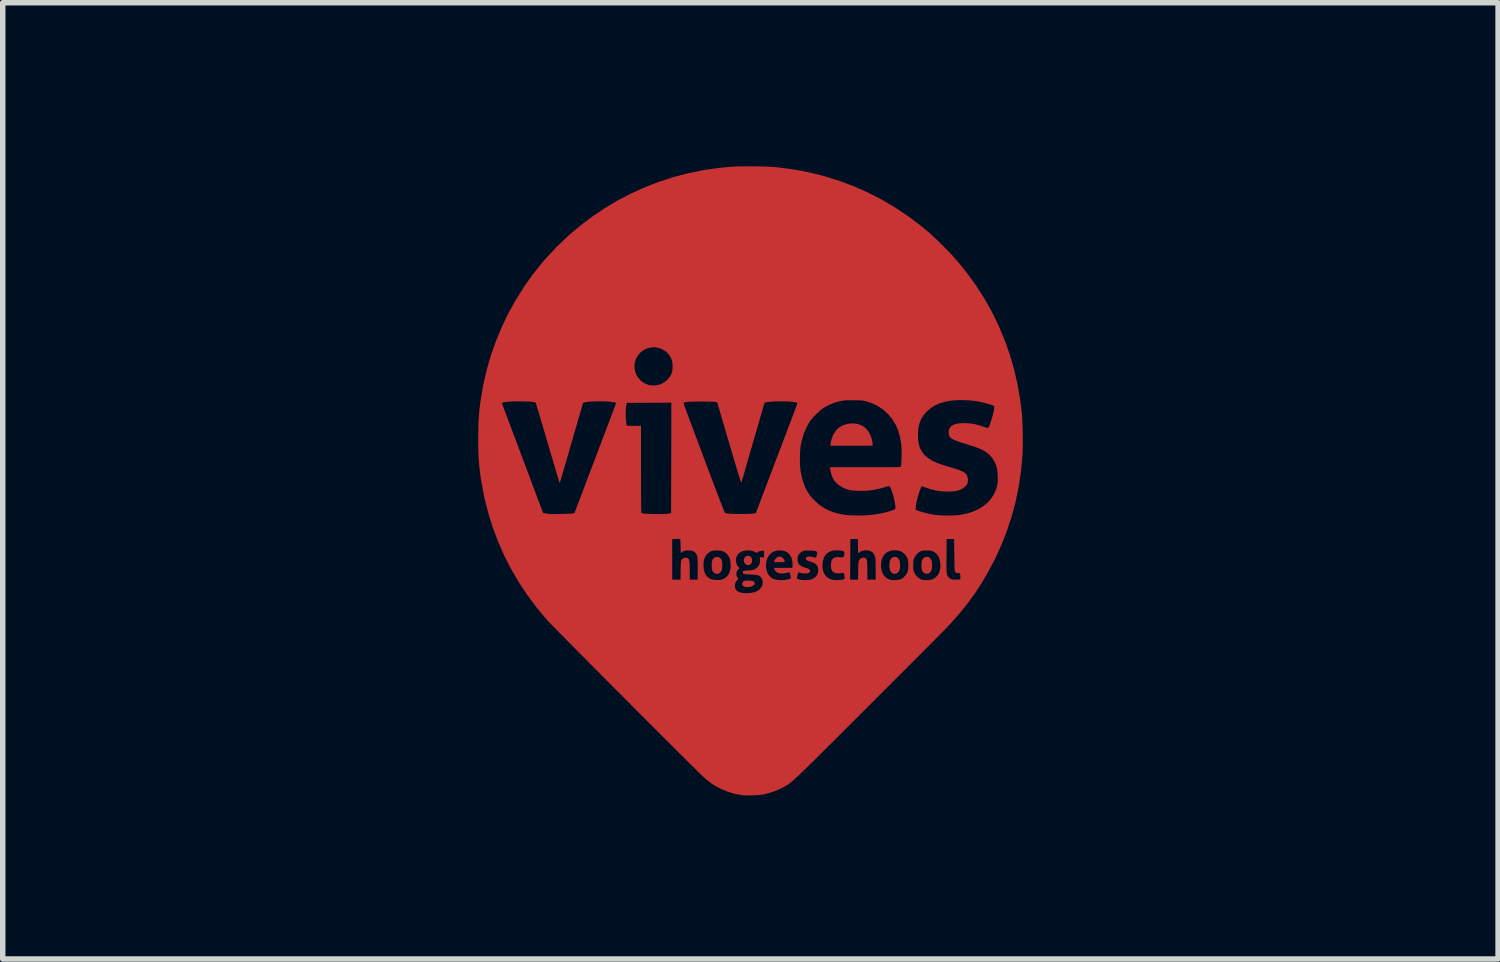
<source format=kicad_pcb>
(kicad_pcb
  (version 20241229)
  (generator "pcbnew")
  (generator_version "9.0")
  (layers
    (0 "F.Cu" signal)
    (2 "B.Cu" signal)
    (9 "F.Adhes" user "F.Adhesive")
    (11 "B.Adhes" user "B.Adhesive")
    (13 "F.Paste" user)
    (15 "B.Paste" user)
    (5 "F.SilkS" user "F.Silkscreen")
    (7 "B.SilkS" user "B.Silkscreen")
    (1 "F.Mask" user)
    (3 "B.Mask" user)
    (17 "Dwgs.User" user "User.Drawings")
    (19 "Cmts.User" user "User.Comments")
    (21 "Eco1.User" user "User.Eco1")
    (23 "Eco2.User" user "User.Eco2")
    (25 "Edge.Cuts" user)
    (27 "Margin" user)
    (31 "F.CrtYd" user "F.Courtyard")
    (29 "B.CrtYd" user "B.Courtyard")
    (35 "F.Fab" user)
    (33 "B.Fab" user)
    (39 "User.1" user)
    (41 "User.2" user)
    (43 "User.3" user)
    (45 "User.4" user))
  (footprint "VIVES_LOGO_10MM"
    (layer "F.Cu")
    (at 10.712 6.566)
    (property "Reference" "VIVES_LOGO_10MM" (at 0 0 0) (layer "F.Mask") (effects (font (size 1.524 1.524) (thickness 0.3))))
    (attr through_hole)
    (fp_poly (pts (xy 0.555 0.592) (xy 0.58 0.604) (xy 0.604 0.627) (xy 0.622 0.654) (xy 0.629 0.68) (xy 0.629 0.68) (xy 0.626 0.686) (xy 0.618 0.689) (xy 0.602 0.692) (xy 0.575 0.693) (xy 0.534 0.693) (xy 0.531 0.693) (xy 0.433 0.693) (xy 0.439 0.671) (xy 0.455 0.636) (xy 0.481 0.609) (xy 0.513 0.593) (xy 0.549 0.591)) (stroke (width 0) (type solid)) (fill yes) (layer "F.Cu"))
    (fp_poly (pts (xy -0.005 0.586) (xy 0.017 0.607) (xy 0.029 0.639) (xy 0.03 0.678) (xy 0.03 0.679) (xy 0.019 0.713) (xy -0.003 0.737) (xy -0.031 0.748) (xy -0.064 0.745) (xy -0.081 0.739) (xy -0.098 0.723) (xy -0.112 0.696) (xy -0.113 0.695) (xy -0.12 0.671) (xy -0.12 0.651) (xy -0.113 0.627) (xy -0.113 0.627) (xy -0.102 0.603) (xy -0.088 0.59) (xy -0.07 0.582) (xy -0.035 0.577)) (stroke (width 0) (type solid)) (fill yes) (layer "F.Cu"))
    (fp_poly (pts (xy -0.006 1.032) (xy 0.025 1.035) (xy 0.047 1.038) (xy 0.052 1.039) (xy 0.069 1.053) (xy 0.079 1.075) (xy 0.078 1.097) (xy 0.075 1.103) (xy 0.054 1.123) (xy 0.022 1.138) (xy -0.016 1.148) (xy -0.057 1.151) (xy -0.095 1.148) (xy -0.121 1.139) (xy -0.144 1.12) (xy -0.153 1.095) (xy -0.147 1.069) (xy -0.134 1.052) (xy -0.123 1.042) (xy -0.111 1.036) (xy -0.093 1.033) (xy -0.067 1.032) (xy -0.041 1.031)) (stroke (width 0) (type solid)) (fill yes) (layer "F.Cu"))
    (fp_poly (pts (xy 2.681 0.601) (xy 2.707 0.618) (xy 2.727 0.647) (xy 2.737 0.675) (xy 2.744 0.715) (xy 2.746 0.759) (xy 2.743 0.803) (xy 2.734 0.839) (xy 2.729 0.852) (xy 2.705 0.884) (xy 2.674 0.903) (xy 2.639 0.908) (xy 2.606 0.9) (xy 2.581 0.879) (xy 2.562 0.845) (xy 2.551 0.798) (xy 2.548 0.769) (xy 2.549 0.711) (xy 2.559 0.663) (xy 2.578 0.628) (xy 2.605 0.605) (xy 2.64 0.596) (xy 2.645 0.596)) (stroke (width 0) (type solid)) (fill yes) (layer "F.Cu"))
    (fp_poly (pts (xy 1.965 -1.842) (xy 2.032 -1.818) (xy 2.092 -1.781) (xy 2.123 -1.753) (xy 2.162 -1.704) (xy 2.196 -1.645) (xy 2.221 -1.581) (xy 2.236 -1.517) (xy 2.24 -1.473) (xy 2.24 -1.442) (xy 1.467 -1.442) (xy 1.467 -1.461) (xy 1.47 -1.489) (xy 1.479 -1.527) (xy 1.491 -1.57) (xy 1.507 -1.613) (xy 1.523 -1.65) (xy 1.528 -1.66) (xy 1.569 -1.723) (xy 1.62 -1.773) (xy 1.682 -1.81) (xy 1.754 -1.836) (xy 1.807 -1.846) (xy 1.889 -1.851)) (stroke (width 0) (type solid)) (fill yes) (layer "F.Cu"))
    (fp_poly (pts (xy 3.263 0.599) (xy 3.282 0.607) (xy 3.296 0.621) (xy 3.314 0.646) (xy 3.325 0.676) (xy 3.331 0.716) (xy 3.331 0.757) (xy 3.327 0.814) (xy 3.314 0.857) (xy 3.294 0.885) (xy 3.265 0.901) (xy 3.23 0.907) (xy 3.196 0.9) (xy 3.194 0.899) (xy 3.169 0.882) (xy 3.152 0.855) (xy 3.141 0.816) (xy 3.136 0.77) (xy 3.137 0.709) (xy 3.146 0.661) (xy 3.165 0.627) (xy 3.192 0.605) (xy 3.228 0.597) (xy 3.237 0.596)) (stroke (width 0) (type solid)) (fill yes) (layer "F.Cu"))
    (fp_poly (pts (xy -0.581 0.601) (xy -0.552 0.617) (xy -0.533 0.645) (xy -0.521 0.685) (xy -0.516 0.74) (xy -0.516 0.752) (xy -0.52 0.808) (xy -0.53 0.85) (xy -0.549 0.88) (xy -0.575 0.899) (xy -0.576 0.899) (xy -0.6 0.908) (xy -0.619 0.909) (xy -0.64 0.903) (xy -0.65 0.899) (xy -0.672 0.885) (xy -0.688 0.869) (xy -0.688 0.869) (xy -0.7 0.84) (xy -0.708 0.801) (xy -0.711 0.756) (xy -0.709 0.711) (xy -0.703 0.671) (xy -0.693 0.644) (xy -0.67 0.615) (xy -0.639 0.599) (xy -0.618 0.596)) (stroke (width 0) (type solid)) (fill yes) (layer "F.Cu"))
    (fp_poly (pts (xy 0.016 -6.566) (xy 0.099 -6.565) (xy 0.181 -6.564) (xy 0.259 -6.562) (xy 0.329 -6.559) (xy 0.39 -6.557) (xy 0.439 -6.553) (xy 0.451 -6.552) (xy 0.67 -6.526) (xy 0.877 -6.494) (xy 1.075 -6.455) (xy 1.267 -6.409) (xy 1.366 -6.382) (xy 1.636 -6.297) (xy 1.899 -6.199) (xy 2.153 -6.086) (xy 2.4 -5.96) (xy 2.64 -5.819) (xy 2.874 -5.664) (xy 3.101 -5.494) (xy 3.268 -5.358) (xy 3.314 -5.317) (xy 3.368 -5.267) (xy 3.428 -5.209) (xy 3.492 -5.147) (xy 3.556 -5.083) (xy 3.62 -5.018) (xy 3.679 -4.956) (xy 3.732 -4.899) (xy 3.777 -4.849) (xy 3.792 -4.832) (xy 3.974 -4.606) (xy 4.141 -4.375) (xy 4.293 -4.137) (xy 4.431 -3.892) (xy 4.553 -3.641) (xy 4.661 -3.384) (xy 4.754 -3.12) (xy 4.833 -2.85) (xy 4.897 -2.572) (xy 4.946 -2.288) (xy 4.977 -2.045) (xy 4.981 -1.986) (xy 4.986 -1.915) (xy 4.989 -1.834) (xy 4.992 -1.747) (xy 4.994 -1.656) (xy 4.995 -1.564) (xy 4.995 -1.476) (xy 4.994 -1.394) (xy 4.992 -1.322) (xy 4.989 -1.265) (xy 4.962 -0.978) (xy 4.921 -0.697) (xy 4.865 -0.422) (xy 4.793 -0.153) (xy 4.707 0.111) (xy 4.605 0.371) (xy 4.489 0.626) (xy 4.475 0.653) (xy 4.363 0.866) (xy 4.246 1.067) (xy 4.121 1.26) (xy 3.986 1.445) (xy 3.84 1.627) (xy 3.68 1.809) (xy 3.65 1.841) (xy 3.634 1.859) (xy 3.606 1.887) (xy 3.568 1.926) (xy 3.521 1.974) (xy 3.464 2.032) (xy 3.398 2.098) (xy 3.325 2.172) (xy 3.244 2.254) (xy 3.155 2.342) (xy 3.061 2.437) (xy 2.961 2.538) (xy 2.855 2.644) (xy 2.744 2.754) (xy 2.63 2.869) (xy 2.511 2.988) (xy 2.39 3.109) (xy 2.266 3.233) (xy 2.17 3.329) (xy 2.021 3.478) (xy 1.882 3.616) (xy 1.754 3.744) (xy 1.636 3.862) (xy 1.528 3.97) (xy 1.428 4.069) (xy 1.337 4.159) (xy 1.255 4.241) (xy 1.18 4.316) (xy 1.112 4.382) (xy 1.051 4.442) (xy 0.996 4.496) (xy 0.947 4.543) (xy 0.904 4.585) (xy 0.865 4.621) (xy 0.831 4.653) (xy 0.801 4.68) (xy 0.774 4.704) (xy 0.75 4.724) (xy 0.729 4.741) (xy 0.71 4.756) (xy 0.693 4.769) (xy 0.677 4.78) (xy 0.661 4.789) (xy 0.646 4.799) (xy 0.63 4.807) (xy 0.614 4.816) (xy 0.598 4.825) (xy 0.494 4.875) (xy 0.38 4.916) (xy 0.262 4.947) (xy 0.193 4.96) (xy 0.159 4.964) (xy 0.112 4.967) (xy 0.059 4.969) (xy 0.003 4.971) (xy -0.052 4.971) (xy -0.101 4.97) (xy -0.141 4.968) (xy -0.157 4.966) (xy -0.284 4.943) (xy -0.41 4.905) (xy -0.533 4.856) (xy -0.648 4.795) (xy -0.698 4.764) (xy -0.73 4.741) (xy -0.77 4.709) (xy -0.813 4.674) (xy -0.854 4.639) (xy -0.866 4.627) (xy -0.885 4.61) (xy -0.914 4.582) (xy -0.953 4.544) (xy -1.001 4.496) (xy -1.058 4.44) (xy -1.123 4.376) (xy -1.195 4.304) (xy -1.274 4.225) (xy -1.36 4.14) (xy -1.45 4.049) (xy -1.546 3.954) (xy -1.647 3.854) (xy -1.75 3.75) (xy -1.857 3.643) (xy -1.967 3.533) (xy -2.078 3.422) (xy -2.19 3.309) (xy -2.303 3.196) (xy -2.416 3.082) (xy -2.529 2.97) (xy -2.64 2.858) (xy -2.749 2.748) (xy -2.855 2.641) (xy -2.959 2.537) (xy -3.058 2.437) (xy -3.154 2.341) (xy -3.244 2.25) (xy -3.328 2.165) (xy -3.406 2.086) (xy -3.478 2.013) (xy -3.541 1.949) (xy -3.597 1.892) (xy -3.644 1.844) (xy -3.681 1.806) (xy -3.709 1.777) (xy -3.726 1.759) (xy -3.728 1.757) (xy -3.914 1.534) (xy -4.086 1.305) (xy -4.218 1.106) (xy -0.286 1.106) (xy -0.284 1.152) (xy -0.27 1.193) (xy -0.251 1.214) (xy -0.221 1.234) (xy -0.182 1.249) (xy -0.152 1.257) (xy -0.11 1.261) (xy -0.06 1.261) (xy -0.008 1.258) (xy 0.04 1.252) (xy 0.07 1.245) (xy 0.125 1.222) (xy 0.169 1.191) (xy 0.202 1.152) (xy 0.221 1.108) (xy 0.226 1.071) (xy 0.221 1.024) (xy 0.205 0.986) (xy 0.191 0.968) (xy 0.174 0.952) (xy 0.154 0.94) (xy 0.128 0.932) (xy 0.094 0.926) (xy 0.049 0.922) (xy -0.003 0.919) (xy -0.05 0.917) (xy -0.084 0.915) (xy -0.106 0.912) (xy -0.121 0.909) (xy -0.129 0.904) (xy -0.133 0.9) (xy -0.14 0.878) (xy -0.138 0.868) (xy -0.133 0.86) (xy -0.126 0.854) (xy -0.112 0.851) (xy -0.089 0.848) (xy -0.053 0.846) (xy -0.043 0.846) (xy 0.001 0.843) (xy 0.034 0.839) (xy 0.058 0.833) (xy 0.077 0.825) (xy 0.123 0.793) (xy 0.142 0.768) (xy 0.285 0.768) (xy 0.294 0.833) (xy 0.313 0.891) (xy 0.344 0.94) (xy 0.386 0.98) (xy 0.412 0.996) (xy 0.452 1.01) (xy 0.503 1.019) (xy 0.56 1.023) (xy 0.62 1.021) (xy 0.677 1.012) (xy 0.685 1.011) (xy 0.715 1.004) (xy 0.731 0.998) (xy 0.739 0.99) (xy 0.741 0.98) (xy 0.741 0.976) (xy 0.854 0.976) (xy 0.857 0.99) (xy 0.866 1) (xy 0.886 1.008) (xy 0.918 1.017) (xy 0.923 1.018) (xy 0.95 1.021) (xy 0.988 1.023) (xy 1.029 1.021) (xy 1.068 1.019) (xy 1.1 1.014) (xy 1.108 1.012) (xy 1.161 0.989) (xy 1.202 0.957) (xy 1.229 0.916) (xy 1.242 0.867) (xy 1.244 0.842) (xy 1.239 0.796) (xy 1.225 0.762) (xy 1.321 0.762) (xy 1.324 0.814) (xy 1.333 0.855) (xy 1.36 0.914) (xy 1.396 0.96) (xy 1.443 0.994) (xy 1.484 1.011) (xy 1.515 1.018) (xy 1.557 1.021) (xy 1.603 1.022) (xy 1.647 1.02) (xy 1.678 1.015) (xy 1.829 1.015) (xy 1.973 1.015) (xy 1.976 0.848) (xy 1.977 0.791) (xy 1.978 0.747) (xy 1.98 0.715) (xy 1.982 0.692) (xy 1.985 0.676) (xy 1.989 0.664) (xy 1.994 0.655) (xy 2.019 0.626) (xy 2.051 0.612) (xy 2.075 0.61) (xy 2.095 0.612) (xy 2.11 0.617) (xy 2.122 0.628) (xy 2.131 0.645) (xy 2.137 0.671) (xy 2.141 0.707) (xy 2.143 0.756) (xy 2.143 0.818) (xy 2.144 0.846) (xy 2.144 1.015) (xy 2.297 1.015) (xy 2.297 0.823) (xy 2.296 0.771) (xy 2.395 0.771) (xy 2.395 0.773) (xy 2.405 0.844) (xy 2.427 0.903) (xy 2.46 0.952) (xy 2.504 0.989) (xy 2.559 1.015) (xy 2.563 1.016) (xy 2.591 1.021) (xy 2.63 1.023) (xy 2.672 1.021) (xy 2.713 1.017) (xy 2.74 1.011) (xy 2.771 0.999) (xy 2.799 0.98) (xy 2.825 0.955) (xy 2.856 0.919) (xy 2.877 0.882) (xy 2.89 0.839) (xy 2.896 0.786) (xy 2.897 0.75) (xy 2.986 0.75) (xy 2.986 0.791) (xy 2.987 0.82) (xy 2.99 0.842) (xy 2.996 0.861) (xy 3.005 0.882) (xy 3.014 0.899) (xy 3.047 0.95) (xy 3.09 0.988) (xy 3.139 1.013) (xy 3.146 1.015) (xy 3.178 1.02) (xy 3.22 1.022) (xy 3.265 1.021) (xy 3.305 1.016) (xy 3.325 1.012) (xy 3.371 0.99) (xy 3.412 0.957) (xy 3.445 0.916) (xy 3.453 0.902) (xy 3.474 0.847) (xy 3.484 0.787) (xy 3.484 0.736) (xy 3.595 0.736) (xy 3.596 0.793) (xy 3.597 0.839) (xy 3.599 0.876) (xy 3.602 0.904) (xy 3.606 0.925) (xy 3.612 0.941) (xy 3.619 0.954) (xy 3.628 0.965) (xy 3.637 0.973) (xy 3.661 0.993) (xy 3.686 1.005) (xy 3.716 1.012) (xy 3.756 1.013) (xy 3.775 1.013) (xy 3.848 1.011) (xy 3.85 0.979) (xy 3.851 0.951) (xy 3.848 0.923) (xy 3.848 0.921) (xy 3.844 0.904) (xy 3.836 0.897) (xy 3.818 0.895) (xy 3.808 0.894) (xy 3.78 0.891) (xy 3.76 0.879) (xy 3.758 0.878) (xy 3.754 0.872) (xy 3.751 0.865) (xy 3.748 0.854) (xy 3.746 0.838) (xy 3.745 0.816) (xy 3.743 0.785) (xy 3.742 0.743) (xy 3.741 0.691) (xy 3.74 0.625) (xy 3.739 0.565) (xy 3.735 0.27) (xy 3.598 0.27) (xy 3.596 0.58) (xy 3.595 0.665) (xy 3.595 0.736) (xy 3.484 0.736) (xy 3.484 0.724) (xy 3.475 0.662) (xy 3.457 0.606) (xy 3.43 0.559) (xy 3.423 0.551) (xy 3.401 0.53) (xy 3.372 0.51) (xy 3.357 0.501) (xy 3.337 0.491) (xy 3.318 0.485) (xy 3.296 0.481) (xy 3.267 0.48) (xy 3.231 0.479) (xy 3.191 0.48) (xy 3.162 0.482) (xy 3.141 0.486) (xy 3.123 0.493) (xy 3.113 0.497) (xy 3.063 0.533) (xy 3.024 0.581) (xy 3.006 0.612) (xy 2.997 0.634) (xy 2.991 0.653) (xy 2.988 0.676) (xy 2.986 0.705) (xy 2.986 0.746) (xy 2.986 0.75) (xy 2.897 0.75) (xy 2.897 0.749) (xy 2.894 0.69) (xy 2.886 0.642) (xy 2.87 0.602) (xy 2.845 0.565) (xy 2.824 0.543) (xy 2.785 0.51) (xy 2.743 0.489) (xy 2.693 0.478) (xy 2.642 0.475) (xy 2.577 0.482) (xy 2.521 0.502) (xy 2.474 0.535) (xy 2.438 0.579) (xy 2.412 0.633) (xy 2.397 0.697) (xy 2.395 0.771) (xy 2.296 0.771) (xy 2.296 0.757) (xy 2.296 0.704) (xy 2.294 0.663) (xy 2.292 0.631) (xy 2.288 0.608) (xy 2.284 0.59) (xy 2.264 0.543) (xy 2.235 0.509) (xy 2.196 0.487) (xy 2.147 0.477) (xy 2.104 0.477) (xy 2.07 0.48) (xy 2.046 0.486) (xy 2.024 0.497) (xy 2.011 0.506) (xy 1.975 0.531) (xy 1.97 0.27) (xy 1.833 0.27) (xy 1.829 1.015) (xy 1.678 1.015) (xy 1.684 1.015) (xy 1.692 1.013) (xy 1.714 1.006) (xy 1.725 0.999) (xy 1.728 0.985) (xy 1.728 0.97) (xy 1.725 0.941) (xy 1.718 0.914) (xy 1.717 0.911) (xy 1.708 0.894) (xy 1.698 0.889) (xy 1.68 0.891) (xy 1.677 0.892) (xy 1.653 0.895) (xy 1.62 0.898) (xy 1.598 0.898) (xy 1.553 0.893) (xy 1.519 0.877) (xy 1.495 0.85) (xy 1.48 0.81) (xy 1.475 0.757) (xy 1.475 0.749) (xy 1.48 0.694) (xy 1.495 0.651) (xy 1.52 0.621) (xy 1.555 0.604) (xy 1.6 0.599) (xy 1.616 0.6) (xy 1.654 0.604) (xy 1.68 0.606) (xy 1.695 0.605) (xy 1.704 0.601) (xy 1.709 0.593) (xy 1.714 0.579) (xy 1.715 0.576) (xy 1.721 0.549) (xy 1.723 0.524) (xy 1.723 0.52) (xy 1.719 0.504) (xy 1.71 0.495) (xy 1.69 0.488) (xy 1.684 0.486) (xy 1.658 0.481) (xy 1.623 0.478) (xy 1.586 0.476) (xy 1.582 0.476) (xy 1.514 0.481) (xy 1.456 0.499) (xy 1.409 0.528) (xy 1.37 0.57) (xy 1.347 0.612) (xy 1.333 0.655) (xy 1.324 0.707) (xy 1.321 0.762) (xy 1.225 0.762) (xy 1.224 0.758) (xy 1.197 0.728) (xy 1.157 0.704) (xy 1.105 0.685) (xy 1.065 0.672) (xy 1.039 0.661) (xy 1.024 0.651) (xy 1.017 0.641) (xy 1.015 0.632) (xy 1.022 0.61) (xy 1.042 0.596) (xy 1.072 0.59) (xy 1.111 0.592) (xy 1.152 0.601) (xy 1.176 0.607) (xy 1.195 0.609) (xy 1.201 0.607) (xy 1.209 0.591) (xy 1.217 0.566) (xy 1.223 0.54) (xy 1.225 0.523) (xy 1.223 0.508) (xy 1.214 0.499) (xy 1.193 0.491) (xy 1.191 0.49) (xy 1.168 0.485) (xy 1.134 0.482) (xy 1.095 0.48) (xy 1.072 0.479) (xy 1.031 0.48) (xy 1.002 0.482) (xy 0.98 0.486) (xy 0.96 0.493) (xy 0.948 0.499) (xy 0.908 0.527) (xy 0.88 0.565) (xy 0.865 0.611) (xy 0.864 0.624) (xy 0.865 0.674) (xy 0.879 0.714) (xy 0.905 0.747) (xy 0.945 0.772) (xy 0.993 0.79) (xy 1.037 0.804) (xy 1.067 0.816) (xy 1.085 0.827) (xy 1.094 0.839) (xy 1.096 0.848) (xy 1.091 0.871) (xy 1.076 0.888) (xy 1.066 0.893) (xy 1.044 0.9) (xy 1.011 0.902) (xy 0.974 0.901) (xy 0.939 0.896) (xy 0.919 0.89) (xy 0.898 0.883) (xy 0.884 0.879) (xy 0.882 0.878) (xy 0.878 0.885) (xy 0.871 0.903) (xy 0.864 0.927) (xy 0.858 0.951) (xy 0.855 0.97) (xy 0.854 0.976) (xy 0.741 0.976) (xy 0.741 0.976) (xy 0.739 0.959) (xy 0.734 0.936) (xy 0.727 0.912) (xy 0.72 0.891) (xy 0.714 0.88) (xy 0.713 0.878) (xy 0.704 0.88) (xy 0.684 0.885) (xy 0.664 0.89) (xy 0.605 0.901) (xy 0.553 0.901) (xy 0.508 0.891) (xy 0.472 0.871) (xy 0.448 0.843) (xy 0.439 0.82) (xy 0.433 0.798) (xy 0.765 0.798) (xy 0.771 0.777) (xy 0.773 0.748) (xy 0.772 0.711) (xy 0.767 0.67) (xy 0.758 0.632) (xy 0.75 0.607) (xy 0.72 0.556) (xy 0.681 0.517) (xy 0.632 0.492) (xy 0.573 0.479) (xy 0.555 0.477) (xy 0.489 0.48) (xy 0.43 0.497) (xy 0.381 0.527) (xy 0.34 0.569) (xy 0.31 0.623) (xy 0.292 0.688) (xy 0.29 0.699) (xy 0.285 0.768) (xy 0.142 0.768) (xy 0.155 0.753) (xy 0.173 0.706) (xy 0.176 0.652) (xy 0.176 0.649) (xy 0.172 0.604) (xy 0.25 0.604) (xy 0.25 0.482) (xy 0.207 0.485) (xy 0.172 0.491) (xy 0.144 0.503) (xy 0.141 0.505) (xy 0.118 0.522) (xy 0.074 0.501) (xy 0.018 0.483) (xy -0.042 0.476) (xy -0.1 0.481) (xy -0.155 0.496) (xy -0.201 0.522) (xy -0.206 0.526) (xy -0.238 0.563) (xy -0.259 0.607) (xy -0.267 0.655) (xy -0.262 0.703) (xy -0.245 0.749) (xy -0.221 0.782) (xy -0.201 0.803) (xy -0.218 0.819) (xy -0.243 0.85) (xy -0.256 0.886) (xy -0.258 0.924) (xy -0.248 0.958) (xy -0.238 0.974) (xy -0.218 0.998) (xy -0.245 1.025) (xy -0.272 1.063) (xy -0.286 1.106) (xy -4.218 1.106) (xy -4.243 1.068) (xy -4.386 0.825) (xy -4.514 0.576) (xy -4.627 0.32) (xy -4.644 0.274) (xy -1.434 0.274) (xy -1.434 1.015) (xy -1.282 1.015) (xy -1.28 0.843) (xy -1.279 0.785) (xy -1.278 0.742) (xy -1.276 0.709) (xy -1.274 0.687) (xy -1.272 0.671) (xy -1.268 0.659) (xy -1.263 0.651) (xy -1.26 0.647) (xy -1.237 0.626) (xy -1.208 0.613) (xy -1.179 0.609) (xy -1.165 0.612) (xy -1.15 0.619) (xy -1.139 0.628) (xy -1.13 0.641) (xy -1.124 0.661) (xy -1.119 0.688) (xy -1.116 0.726) (xy -1.115 0.776) (xy -1.114 0.84) (xy -1.111 1.015) (xy -0.967 1.015) (xy -0.967 0.808) (xy -0.967 0.748) (xy -0.862 0.748) (xy -0.857 0.822) (xy -0.84 0.885) (xy -0.813 0.937) (xy -0.775 0.976) (xy -0.726 1.003) (xy -0.667 1.018) (xy -0.6 1.021) (xy -0.562 1.019) (xy -0.535 1.015) (xy -0.512 1.008) (xy -0.487 0.997) (xy -0.484 0.995) (xy -0.437 0.962) (xy -0.402 0.92) (xy -0.378 0.868) (xy -0.365 0.805) (xy -0.363 0.749) (xy -0.367 0.678) (xy -0.382 0.619) (xy -0.408 0.57) (xy -0.445 0.53) (xy -0.484 0.504) (xy -0.505 0.493) (xy -0.523 0.486) (xy -0.542 0.482) (xy -0.568 0.48) (xy -0.604 0.479) (xy -0.612 0.479) (xy -0.651 0.48) (xy -0.678 0.481) (xy -0.699 0.485) (xy -0.717 0.491) (xy -0.737 0.502) (xy -0.741 0.504) (xy -0.788 0.538) (xy -0.823 0.58) (xy -0.847 0.631) (xy -0.859 0.693) (xy -0.862 0.748) (xy -0.967 0.748) (xy -0.967 0.744) (xy -0.967 0.695) (xy -0.968 0.657) (xy -0.969 0.629) (xy -0.971 0.608) (xy -0.974 0.592) (xy -0.978 0.579) (xy -0.983 0.566) (xy -0.986 0.559) (xy -1.008 0.523) (xy -1.037 0.499) (xy -1.075 0.484) (xy -1.121 0.477) (xy -1.174 0.478) (xy -1.218 0.489) (xy -1.253 0.508) (xy -1.262 0.517) (xy -1.268 0.523) (xy -1.272 0.524) (xy -1.275 0.519) (xy -1.277 0.506) (xy -1.278 0.482) (xy -1.28 0.446) (xy -1.281 0.402) (xy -1.285 0.27) (xy -1.342 0.268) (xy -1.373 0.267) (xy -1.4 0.268) (xy -1.416 0.27) (xy -1.434 0.274) (xy -4.644 0.274) (xy -4.726 0.057) (xy -4.809 -0.211) (xy -4.878 -0.486) (xy -4.932 -0.767) (xy -4.947 -0.866) (xy -4.959 -0.951) (xy -4.968 -1.028) (xy -4.976 -1.101) (xy -4.982 -1.172) (xy -4.986 -1.246) (xy -4.989 -1.324) (xy -4.991 -1.411) (xy -4.992 -1.509) (xy -4.992 -1.571) (xy -4.991 -1.675) (xy -4.99 -1.766) (xy -4.988 -1.847) (xy -4.985 -1.921) (xy -4.98 -1.992) (xy -4.974 -2.063) (xy -4.966 -2.137) (xy -4.955 -2.218) (xy -4.954 -2.228) (xy -4.56 -2.228) (xy -4.202 -1.273) (xy -4.157 -1.153) (xy -4.113 -1.037) (xy -4.071 -0.925) (xy -4.031 -0.819) (xy -3.994 -0.718) (xy -3.959 -0.626) (xy -3.927 -0.541) (xy -3.899 -0.466) (xy -3.875 -0.402) (xy -3.854 -0.348) (xy -3.839 -0.307) (xy -3.828 -0.278) (xy -3.823 -0.264) (xy -3.802 -0.21) (xy -3.761 -0.202) (xy -3.726 -0.196) (xy -3.69 -0.192) (xy -3.679 -0.19) (xy -3.655 -0.189) (xy -3.618 -0.189) (xy -3.572 -0.189) (xy -3.52 -0.19) (xy -3.466 -0.191) (xy -3.411 -0.193) (xy -3.361 -0.194) (xy -3.317 -0.196) (xy -3.284 -0.198) (xy -3.268 -0.2) (xy -3.228 -0.205) (xy -2.844 -1.217) (xy -2.797 -1.339) (xy -2.753 -1.457) (xy -2.71 -1.57) (xy -2.669 -1.677) (xy -2.631 -1.777) (xy -2.596 -1.869) (xy -2.565 -1.953) (xy -2.537 -2.028) (xy -2.531 -2.043) (xy -2.286 -2.043) (xy -2.286 -1.99) (xy -2.284 -1.939) (xy -2.281 -1.892) (xy -2.278 -1.855) (xy -2.274 -1.837) (xy -2.268 -1.809) (xy -2.137 -1.807) (xy -2.007 -1.805) (xy -2.007 -1.007) (xy -2.006 -0.871) (xy -2.006 -0.75) (xy -2.006 -0.643) (xy -2.006 -0.551) (xy -2.005 -0.471) (xy -2.005 -0.404) (xy -2.004 -0.348) (xy -2.003 -0.302) (xy -2.002 -0.266) (xy -2.001 -0.24) (xy -2 -0.221) (xy -1.998 -0.21) (xy -1.997 -0.205) (xy -1.996 -0.205) (xy -1.975 -0.201) (xy -1.941 -0.197) (xy -1.896 -0.194) (xy -1.844 -0.191) (xy -1.786 -0.19) (xy -1.726 -0.189) (xy -1.666 -0.189) (xy -1.61 -0.19) (xy -1.56 -0.192) (xy -1.518 -0.195) (xy -1.488 -0.199) (xy -1.487 -0.199) (xy -1.455 -0.206) (xy -1.452 -1.219) (xy -1.45 -2.23) (xy -1.23 -2.23) (xy -1.227 -2.222) (xy -1.219 -2.2) (xy -1.207 -2.165) (xy -1.189 -2.118) (xy -1.167 -2.058) (xy -1.141 -1.988) (xy -1.112 -1.909) (xy -1.079 -1.82) (xy -1.043 -1.723) (xy -1.004 -1.619) (xy -0.963 -1.509) (xy -0.919 -1.393) (xy -0.874 -1.273) (xy -0.855 -1.222) (xy -0.801 -1.077) (xy -0.75 -0.941) (xy -0.702 -0.815) (xy -0.658 -0.699) (xy -0.619 -0.595) (xy -0.583 -0.502) (xy -0.552 -0.42) (xy -0.525 -0.351) (xy -0.503 -0.295) (xy -0.485 -0.253) (xy -0.473 -0.224) (xy -0.467 -0.21) (xy -0.465 -0.209) (xy -0.448 -0.203) (xy -0.417 -0.199) (xy -0.374 -0.195) (xy -0.324 -0.192) (xy -0.267 -0.191) (xy -0.206 -0.19) (xy -0.145 -0.19) (xy -0.085 -0.191) (xy -0.03 -0.193) (xy 0.019 -0.196) (xy 0.059 -0.2) (xy 0.099 -0.205) (xy 0.42 -1.052) (xy 0.469 -1.181) (xy 0.907 -1.181) (xy 0.909 -1.107) (xy 0.913 -1.039) (xy 0.919 -0.981) (xy 0.922 -0.963) (xy 0.946 -0.852) (xy 0.975 -0.754) (xy 1.01 -0.667) (xy 1.053 -0.588) (xy 1.105 -0.514) (xy 1.168 -0.444) (xy 1.177 -0.435) (xy 1.259 -0.362) (xy 1.348 -0.301) (xy 1.444 -0.252) (xy 1.551 -0.213) (xy 1.668 -0.185) (xy 1.741 -0.173) (xy 1.792 -0.168) (xy 1.856 -0.165) (xy 1.927 -0.163) (xy 2.002 -0.162) (xy 2.077 -0.164) (xy 2.147 -0.167) (xy 2.207 -0.172) (xy 2.219 -0.173) (xy 2.342 -0.191) (xy 2.454 -0.213) (xy 2.558 -0.242) (xy 2.572 -0.247) (xy 2.608 -0.258) (xy 2.633 -0.267) (xy 2.634 -0.268) (xy 3.028 -0.268) (xy 3.075 -0.25) (xy 3.124 -0.234) (xy 3.183 -0.217) (xy 3.248 -0.201) (xy 3.312 -0.187) (xy 3.371 -0.176) (xy 3.388 -0.174) (xy 3.442 -0.168) (xy 3.507 -0.164) (xy 3.579 -0.162) (xy 3.652 -0.162) (xy 3.723 -0.164) (xy 3.787 -0.167) (xy 3.84 -0.172) (xy 3.849 -0.174) (xy 3.969 -0.198) (xy 4.08 -0.233) (xy 4.18 -0.278) (xy 4.269 -0.333) (xy 4.347 -0.397) (xy 4.413 -0.47) (xy 4.466 -0.552) (xy 4.505 -0.641) (xy 4.525 -0.712) (xy 4.531 -0.744) (xy 4.535 -0.776) (xy 4.536 -0.813) (xy 4.536 -0.858) (xy 4.534 -0.89) (xy 4.531 -0.953) (xy 4.525 -1.004) (xy 4.516 -1.048) (xy 4.503 -1.089) (xy 4.485 -1.131) (xy 4.477 -1.148) (xy 4.434 -1.218) (xy 4.38 -1.278) (xy 4.316 -1.328) (xy 4.285 -1.348) (xy 4.253 -1.366) (xy 4.217 -1.383) (xy 4.176 -1.4) (xy 4.127 -1.418) (xy 4.068 -1.437) (xy 3.997 -1.459) (xy 3.964 -1.47) (xy 3.885 -1.494) (xy 3.821 -1.515) (xy 3.769 -1.534) (xy 3.729 -1.551) (xy 3.698 -1.567) (xy 3.675 -1.584) (xy 3.659 -1.601) (xy 3.647 -1.619) (xy 3.642 -1.633) (xy 3.636 -1.666) (xy 3.636 -1.704) (xy 3.642 -1.74) (xy 3.654 -1.768) (xy 3.656 -1.771) (xy 3.686 -1.803) (xy 3.726 -1.827) (xy 3.775 -1.844) (xy 3.836 -1.853) (xy 3.911 -1.857) (xy 3.916 -1.857) (xy 3.992 -1.854) (xy 4.064 -1.846) (xy 4.136 -1.832) (xy 4.215 -1.81) (xy 4.257 -1.796) (xy 4.293 -1.784) (xy 4.324 -1.774) (xy 4.346 -1.768) (xy 4.356 -1.765) (xy 4.356 -1.765) (xy 4.364 -1.772) (xy 4.375 -1.793) (xy 4.388 -1.824) (xy 4.402 -1.863) (xy 4.417 -1.907) (xy 4.431 -1.954) (xy 4.444 -2.001) (xy 4.455 -2.046) (xy 4.46 -2.07) (xy 4.468 -2.111) (xy 4.471 -2.14) (xy 4.47 -2.159) (xy 4.463 -2.172) (xy 4.447 -2.181) (xy 4.422 -2.189) (xy 4.405 -2.195) (xy 4.303 -2.225) (xy 4.208 -2.247) (xy 4.116 -2.263) (xy 4.019 -2.273) (xy 3.916 -2.278) (xy 3.788 -2.278) (xy 3.671 -2.268) (xy 3.566 -2.248) (xy 3.47 -2.219) (xy 3.384 -2.18) (xy 3.305 -2.129) (xy 3.24 -2.075) (xy 3.181 -2.01) (xy 3.134 -1.938) (xy 3.101 -1.858) (xy 3.08 -1.769) (xy 3.072 -1.671) (xy 3.073 -1.608) (xy 3.077 -1.546) (xy 3.083 -1.496) (xy 3.092 -1.453) (xy 3.105 -1.412) (xy 3.117 -1.384) (xy 3.153 -1.32) (xy 3.203 -1.262) (xy 3.268 -1.209) (xy 3.346 -1.162) (xy 3.439 -1.12) (xy 3.548 -1.083) (xy 3.558 -1.08) (xy 3.646 -1.054) (xy 3.719 -1.031) (xy 3.78 -1.011) (xy 3.83 -0.994) (xy 3.87 -0.978) (xy 3.901 -0.963) (xy 3.925 -0.948) (xy 3.943 -0.934) (xy 3.958 -0.918) (xy 3.969 -0.901) (xy 3.97 -0.899) (xy 3.983 -0.863) (xy 3.989 -0.82) (xy 3.986 -0.777) (xy 3.978 -0.747) (xy 3.962 -0.721) (xy 3.935 -0.693) (xy 3.903 -0.666) (xy 3.87 -0.646) (xy 3.83 -0.628) (xy 3.787 -0.615) (xy 3.739 -0.607) (xy 3.681 -0.603) (xy 3.614 -0.601) (xy 3.534 -0.604) (xy 3.46 -0.611) (xy 3.388 -0.624) (xy 3.312 -0.643) (xy 3.232 -0.669) (xy 3.196 -0.681) (xy 3.166 -0.69) (xy 3.146 -0.696) (xy 3.138 -0.699) (xy 3.138 -0.699) (xy 3.135 -0.691) (xy 3.127 -0.672) (xy 3.116 -0.644) (xy 3.108 -0.625) (xy 3.087 -0.564) (xy 3.067 -0.499) (xy 3.051 -0.433) (xy 3.039 -0.372) (xy 3.033 -0.325) (xy 3.028 -0.268) (xy 2.634 -0.268) (xy 2.649 -0.278) (xy 2.657 -0.291) (xy 2.66 -0.312) (xy 2.657 -0.341) (xy 2.651 -0.383) (xy 2.648 -0.403) (xy 2.621 -0.526) (xy 2.581 -0.641) (xy 2.567 -0.673) (xy 2.556 -0.693) (xy 2.546 -0.701) (xy 2.531 -0.702) (xy 2.51 -0.696) (xy 2.5 -0.692) (xy 2.435 -0.672) (xy 2.36 -0.653) (xy 2.281 -0.636) (xy 2.208 -0.624) (xy 2.155 -0.618) (xy 2.095 -0.615) (xy 2.03 -0.614) (xy 1.966 -0.615) (xy 1.905 -0.618) (xy 1.852 -0.623) (xy 1.81 -0.63) (xy 1.801 -0.633) (xy 1.725 -0.659) (xy 1.656 -0.696) (xy 1.596 -0.74) (xy 1.548 -0.789) (xy 1.517 -0.836) (xy 1.491 -0.896) (xy 1.471 -0.967) (xy 1.463 -1.013) (xy 1.457 -1.048) (xy 2.106 -1.048) (xy 2.224 -1.048) (xy 2.326 -1.048) (xy 2.415 -1.048) (xy 2.49 -1.048) (xy 2.554 -1.048) (xy 2.606 -1.049) (xy 2.649 -1.049) (xy 2.683 -1.05) (xy 2.709 -1.051) (xy 2.728 -1.052) (xy 2.742 -1.054) (xy 2.751 -1.056) (xy 2.756 -1.058) (xy 2.759 -1.06) (xy 2.759 -1.062) (xy 2.761 -1.075) (xy 2.764 -1.1) (xy 2.767 -1.135) (xy 2.77 -1.177) (xy 2.771 -1.193) (xy 2.774 -1.34) (xy 2.765 -1.477) (xy 2.743 -1.605) (xy 2.709 -1.722) (xy 2.662 -1.829) (xy 2.603 -1.927) (xy 2.531 -2.015) (xy 2.511 -2.035) (xy 2.426 -2.11) (xy 2.334 -2.171) (xy 2.234 -2.22) (xy 2.129 -2.254) (xy 2.101 -2.261) (xy 2.077 -2.267) (xy 2.053 -2.271) (xy 2.025 -2.273) (xy 1.992 -2.275) (xy 1.949 -2.275) (xy 1.894 -2.276) (xy 1.882 -2.276) (xy 1.821 -2.275) (xy 1.773 -2.275) (xy 1.736 -2.273) (xy 1.704 -2.27) (xy 1.677 -2.266) (xy 1.649 -2.261) (xy 1.639 -2.259) (xy 1.522 -2.224) (xy 1.412 -2.175) (xy 1.366 -2.15) (xy 1.315 -2.116) (xy 1.261 -2.071) (xy 1.206 -2.02) (xy 1.154 -1.966) (xy 1.109 -1.913) (xy 1.082 -1.875) (xy 1.025 -1.773) (xy 0.978 -1.659) (xy 0.941 -1.535) (xy 0.922 -1.446) (xy 0.915 -1.393) (xy 0.91 -1.328) (xy 0.907 -1.256) (xy 0.907 -1.181) (xy 0.469 -1.181) (xy 0.479 -1.207) (xy 0.533 -1.348) (xy 0.581 -1.475) (xy 0.624 -1.59) (xy 0.663 -1.692) (xy 0.697 -1.782) (xy 0.728 -1.862) (xy 0.754 -1.931) (xy 0.777 -1.991) (xy 0.796 -2.043) (xy 0.812 -2.086) (xy 0.825 -2.122) (xy 0.836 -2.151) (xy 0.845 -2.174) (xy 0.851 -2.192) (xy 0.856 -2.205) (xy 0.859 -2.215) (xy 0.861 -2.221) (xy 0.861 -2.225) (xy 0.861 -2.227) (xy 0.861 -2.228) (xy 0.86 -2.229) (xy 0.86 -2.229) (xy 0.851 -2.232) (xy 0.829 -2.237) (xy 0.799 -2.242) (xy 0.78 -2.245) (xy 0.735 -2.25) (xy 0.678 -2.253) (xy 0.613 -2.255) (xy 0.544 -2.256) (xy 0.476 -2.255) (xy 0.412 -2.252) (xy 0.357 -2.248) (xy 0.346 -2.247) (xy 0.308 -2.242) (xy 0.283 -2.238) (xy 0.268 -2.233) (xy 0.26 -2.226) (xy 0.257 -2.221) (xy 0.254 -2.211) (xy 0.246 -2.186) (xy 0.235 -2.149) (xy 0.22 -2.099) (xy 0.203 -2.038) (xy 0.182 -1.967) (xy 0.159 -1.888) (xy 0.134 -1.8) (xy 0.106 -1.706) (xy 0.078 -1.607) (xy 0.048 -1.503) (xy 0.044 -1.491) (xy 0.014 -1.387) (xy -0.015 -1.287) (xy -0.042 -1.193) (xy -0.067 -1.105) (xy -0.091 -1.024) (xy -0.111 -0.953) (xy -0.129 -0.891) (xy -0.144 -0.84) (xy -0.156 -0.801) (xy -0.163 -0.775) (xy -0.167 -0.764) (xy -0.167 -0.764) (xy -0.171 -0.769) (xy -0.178 -0.789) (xy -0.19 -0.825) (xy -0.206 -0.876) (xy -0.227 -0.942) (xy -0.252 -1.023) (xy -0.28 -1.119) (xy -0.313 -1.229) (xy -0.351 -1.355) (xy -0.391 -1.493) (xy -0.609 -2.236) (xy -0.641 -2.244) (xy -0.66 -2.246) (xy -0.693 -2.249) (xy -0.737 -2.25) (xy -0.789 -2.251) (xy -0.846 -2.252) (xy -0.907 -2.252) (xy -0.967 -2.252) (xy -1.025 -2.251) (xy -1.078 -2.249) (xy -1.123 -2.247) (xy -1.158 -2.245) (xy -1.18 -2.242) (xy -1.205 -2.237) (xy -1.224 -2.232) (xy -1.23 -2.23) (xy -1.45 -2.23) (xy -1.45 -2.232) (xy -1.859 -2.23) (xy -2.268 -2.228) (xy -2.279 -2.168) (xy -2.283 -2.136) (xy -2.285 -2.093) (xy -2.286 -2.043) (xy -2.531 -2.043) (xy -2.513 -2.092) (xy -2.493 -2.145) (xy -2.477 -2.186) (xy -2.467 -2.214) (xy -2.462 -2.228) (xy -2.461 -2.23) (xy -2.47 -2.232) (xy -2.49 -2.236) (xy -2.52 -2.241) (xy -2.543 -2.244) (xy -2.589 -2.25) (xy -2.643 -2.253) (xy -2.701 -2.256) (xy -2.762 -2.256) (xy -2.823 -2.256) (xy -2.882 -2.254) (xy -2.936 -2.251) (xy -2.985 -2.246) (xy -3.024 -2.241) (xy -3.053 -2.234) (xy -3.068 -2.227) (xy -3.069 -2.225) (xy -3.072 -2.215) (xy -3.08 -2.192) (xy -3.091 -2.154) (xy -3.105 -2.105) (xy -3.123 -2.045) (xy -3.143 -1.974) (xy -3.166 -1.895) (xy -3.191 -1.807) (xy -3.219 -1.714) (xy -3.247 -1.614) (xy -3.277 -1.51) (xy -3.284 -1.485) (xy -3.315 -1.38) (xy -3.343 -1.28) (xy -3.371 -1.185) (xy -3.396 -1.097) (xy -3.42 -1.017) (xy -3.441 -0.946) (xy -3.459 -0.884) (xy -3.474 -0.834) (xy -3.486 -0.795) (xy -3.493 -0.769) (xy -3.497 -0.758) (xy -3.498 -0.758) (xy -3.5 -0.765) (xy -3.507 -0.787) (xy -3.518 -0.822) (xy -3.533 -0.87) (xy -3.551 -0.929) (xy -3.571 -0.998) (xy -3.595 -1.076) (xy -3.62 -1.162) (xy -3.648 -1.255) (xy -3.677 -1.354) (xy -3.707 -1.458) (xy -3.718 -1.493) (xy -3.749 -1.598) (xy -3.778 -1.699) (xy -3.807 -1.795) (xy -3.833 -1.884) (xy -3.857 -1.965) (xy -3.879 -2.037) (xy -3.898 -2.1) (xy -3.913 -2.152) (xy -3.926 -2.192) (xy -3.934 -2.22) (xy -3.938 -2.233) (xy -3.939 -2.234) (xy -3.953 -2.239) (xy -3.98 -2.244) (xy -4.019 -2.248) (xy -4.067 -2.251) (xy -4.122 -2.253) (xy -4.181 -2.254) (xy -4.242 -2.255) (xy -4.303 -2.254) (xy -4.362 -2.253) (xy -4.415 -2.251) (xy -4.462 -2.247) (xy -4.498 -2.243) (xy -4.518 -2.239) (xy -4.56 -2.228) (xy -4.954 -2.228) (xy -4.943 -2.303) (xy -4.896 -2.576) (xy -4.833 -2.846) (xy -4.818 -2.899) (xy -2.127 -2.899) (xy -2.121 -2.831) (xy -2.101 -2.764) (xy -2.068 -2.702) (xy -2.022 -2.647) (xy -2.019 -2.644) (xy -1.972 -2.606) (xy -1.92 -2.576) (xy -1.87 -2.557) (xy -1.864 -2.555) (xy -1.812 -2.548) (xy -1.755 -2.548) (xy -1.698 -2.555) (xy -1.666 -2.563) (xy -1.604 -2.59) (xy -1.547 -2.63) (xy -1.498 -2.68) (xy -1.46 -2.737) (xy -1.438 -2.791) (xy -1.431 -2.831) (xy -1.427 -2.88) (xy -1.428 -2.931) (xy -1.433 -2.978) (xy -1.438 -3.003) (xy -1.462 -3.059) (xy -1.497 -3.113) (xy -1.541 -3.16) (xy -1.564 -3.179) (xy -1.628 -3.216) (xy -1.696 -3.239) (xy -1.766 -3.248) (xy -1.837 -3.242) (xy -1.905 -3.223) (xy -1.969 -3.189) (xy -2.017 -3.151) (xy -2.065 -3.096) (xy -2.099 -3.034) (xy -2.119 -2.968) (xy -2.127 -2.899) (xy -4.818 -2.899) (xy -4.755 -3.112) (xy -4.662 -3.374) (xy -4.555 -3.63) (xy -4.434 -3.881) (xy -4.299 -4.124) (xy -4.15 -4.359) (xy -3.989 -4.586) (xy -3.816 -4.803) (xy -3.742 -4.887) (xy -3.547 -5.095) (xy -3.342 -5.291) (xy -3.127 -5.473) (xy -2.904 -5.642) (xy -2.672 -5.798) (xy -2.433 -5.941) (xy -2.186 -6.069) (xy -1.932 -6.184) (xy -1.672 -6.284) (xy -1.406 -6.37) (xy -1.134 -6.441) (xy -0.858 -6.497) (xy -0.576 -6.537) (xy -0.328 -6.56) (xy -0.278 -6.563) (xy -0.216 -6.564) (xy -0.145 -6.565) (xy -0.066 -6.566)) (stroke (width 0) (type solid)) (fill yes) (layer "F.Cu"))
    (fp_poly (pts (xy 0.555 0.592) (xy 0.58 0.604) (xy 0.604 0.627) (xy 0.622 0.654) (xy 0.629 0.68) (xy 0.629 0.68) (xy 0.626 0.686) (xy 0.618 0.689) (xy 0.602 0.692) (xy 0.575 0.693) (xy 0.534 0.693) (xy 0.531 0.693) (xy 0.433 0.693) (xy 0.439 0.671) (xy 0.455 0.636) (xy 0.481 0.609) (xy 0.513 0.593) (xy 0.549 0.591)) (stroke (width 0) (type solid)) (fill yes) (layer "F.Mask"))
    (fp_poly (pts (xy -0.005 0.586) (xy 0.017 0.607) (xy 0.029 0.639) (xy 0.03 0.678) (xy 0.03 0.679) (xy 0.019 0.713) (xy -0.003 0.737) (xy -0.031 0.748) (xy -0.064 0.745) (xy -0.081 0.739) (xy -0.098 0.723) (xy -0.112 0.696) (xy -0.113 0.695) (xy -0.12 0.671) (xy -0.12 0.651) (xy -0.113 0.627) (xy -0.113 0.627) (xy -0.102 0.603) (xy -0.088 0.59) (xy -0.07 0.582) (xy -0.035 0.577)) (stroke (width 0) (type solid)) (fill yes) (layer "F.Mask"))
    (fp_poly (pts (xy -0.006 1.032) (xy 0.025 1.035) (xy 0.047 1.038) (xy 0.052 1.039) (xy 0.069 1.053) (xy 0.079 1.075) (xy 0.078 1.097) (xy 0.075 1.103) (xy 0.054 1.123) (xy 0.022 1.138) (xy -0.016 1.148) (xy -0.057 1.151) (xy -0.095 1.148) (xy -0.121 1.139) (xy -0.144 1.12) (xy -0.153 1.095) (xy -0.147 1.069) (xy -0.134 1.052) (xy -0.123 1.042) (xy -0.111 1.036) (xy -0.093 1.033) (xy -0.067 1.032) (xy -0.041 1.031)) (stroke (width 0) (type solid)) (fill yes) (layer "F.Mask"))
    (fp_poly (pts (xy 2.681 0.601) (xy 2.707 0.618) (xy 2.727 0.647) (xy 2.737 0.675) (xy 2.744 0.715) (xy 2.746 0.759) (xy 2.743 0.803) (xy 2.734 0.839) (xy 2.729 0.852) (xy 2.705 0.884) (xy 2.674 0.903) (xy 2.639 0.908) (xy 2.606 0.9) (xy 2.581 0.879) (xy 2.562 0.845) (xy 2.551 0.798) (xy 2.548 0.769) (xy 2.549 0.711) (xy 2.559 0.663) (xy 2.578 0.628) (xy 2.605 0.605) (xy 2.64 0.596) (xy 2.645 0.596)) (stroke (width 0) (type solid)) (fill yes) (layer "F.Mask"))
    (fp_poly (pts (xy 1.965 -1.842) (xy 2.032 -1.818) (xy 2.092 -1.781) (xy 2.123 -1.753) (xy 2.162 -1.704) (xy 2.196 -1.645) (xy 2.221 -1.581) (xy 2.236 -1.517) (xy 2.24 -1.473) (xy 2.24 -1.442) (xy 1.467 -1.442) (xy 1.467 -1.461) (xy 1.47 -1.489) (xy 1.479 -1.527) (xy 1.491 -1.57) (xy 1.507 -1.613) (xy 1.523 -1.65) (xy 1.528 -1.66) (xy 1.569 -1.723) (xy 1.62 -1.773) (xy 1.682 -1.81) (xy 1.754 -1.836) (xy 1.807 -1.846) (xy 1.889 -1.851)) (stroke (width 0) (type solid)) (fill yes) (layer "F.Mask"))
    (fp_poly (pts (xy 3.263 0.599) (xy 3.282 0.607) (xy 3.296 0.621) (xy 3.314 0.646) (xy 3.325 0.676) (xy 3.331 0.716) (xy 3.331 0.757) (xy 3.327 0.814) (xy 3.314 0.857) (xy 3.294 0.885) (xy 3.265 0.901) (xy 3.23 0.907) (xy 3.196 0.9) (xy 3.194 0.899) (xy 3.169 0.882) (xy 3.152 0.855) (xy 3.141 0.816) (xy 3.136 0.77) (xy 3.137 0.709) (xy 3.146 0.661) (xy 3.165 0.627) (xy 3.192 0.605) (xy 3.228 0.597) (xy 3.237 0.596)) (stroke (width 0) (type solid)) (fill yes) (layer "F.Mask"))
    (fp_poly (pts (xy -0.581 0.601) (xy -0.552 0.617) (xy -0.533 0.645) (xy -0.521 0.685) (xy -0.516 0.74) (xy -0.516 0.752) (xy -0.52 0.808) (xy -0.53 0.85) (xy -0.549 0.88) (xy -0.575 0.899) (xy -0.576 0.899) (xy -0.6 0.908) (xy -0.619 0.909) (xy -0.64 0.903) (xy -0.65 0.899) (xy -0.672 0.885) (xy -0.688 0.869) (xy -0.688 0.869) (xy -0.7 0.84) (xy -0.708 0.801) (xy -0.711 0.756) (xy -0.709 0.711) (xy -0.703 0.671) (xy -0.693 0.644) (xy -0.67 0.615) (xy -0.639 0.599) (xy -0.618 0.596)) (stroke (width 0) (type solid)) (fill yes) (layer "F.Mask"))
    (fp_poly (pts (xy 0.016 -6.566) (xy 0.099 -6.565) (xy 0.181 -6.564) (xy 0.259 -6.562) (xy 0.329 -6.559) (xy 0.39 -6.557) (xy 0.439 -6.553) (xy 0.451 -6.552) (xy 0.67 -6.526) (xy 0.877 -6.494) (xy 1.075 -6.455) (xy 1.267 -6.409) (xy 1.366 -6.382) (xy 1.636 -6.297) (xy 1.899 -6.199) (xy 2.153 -6.086) (xy 2.4 -5.96) (xy 2.64 -5.819) (xy 2.874 -5.664) (xy 3.101 -5.494) (xy 3.268 -5.358) (xy 3.314 -5.317) (xy 3.368 -5.267) (xy 3.428 -5.209) (xy 3.492 -5.147) (xy 3.556 -5.083) (xy 3.62 -5.018) (xy 3.679 -4.956) (xy 3.732 -4.899) (xy 3.777 -4.849) (xy 3.792 -4.832) (xy 3.974 -4.606) (xy 4.141 -4.375) (xy 4.293 -4.137) (xy 4.431 -3.892) (xy 4.553 -3.641) (xy 4.661 -3.384) (xy 4.754 -3.12) (xy 4.833 -2.85) (xy 4.897 -2.572) (xy 4.946 -2.288) (xy 4.977 -2.045) (xy 4.981 -1.986) (xy 4.986 -1.915) (xy 4.989 -1.834) (xy 4.992 -1.747) (xy 4.994 -1.656) (xy 4.995 -1.564) (xy 4.995 -1.476) (xy 4.994 -1.394) (xy 4.992 -1.322) (xy 4.989 -1.265) (xy 4.962 -0.978) (xy 4.921 -0.697) (xy 4.865 -0.422) (xy 4.793 -0.153) (xy 4.707 0.111) (xy 4.605 0.371) (xy 4.489 0.626) (xy 4.475 0.653) (xy 4.363 0.866) (xy 4.246 1.067) (xy 4.121 1.26) (xy 3.986 1.445) (xy 3.84 1.627) (xy 3.68 1.809) (xy 3.65 1.841) (xy 3.634 1.859) (xy 3.606 1.887) (xy 3.568 1.926) (xy 3.521 1.974) (xy 3.464 2.032) (xy 3.398 2.098) (xy 3.325 2.172) (xy 3.244 2.254) (xy 3.155 2.342) (xy 3.061 2.437) (xy 2.961 2.538) (xy 2.855 2.644) (xy 2.744 2.754) (xy 2.63 2.869) (xy 2.511 2.988) (xy 2.39 3.109) (xy 2.266 3.233) (xy 2.17 3.329) (xy 2.021 3.478) (xy 1.882 3.616) (xy 1.754 3.744) (xy 1.636 3.862) (xy 1.528 3.97) (xy 1.428 4.069) (xy 1.337 4.159) (xy 1.255 4.241) (xy 1.18 4.316) (xy 1.112 4.382) (xy 1.051 4.442) (xy 0.996 4.496) (xy 0.947 4.543) (xy 0.904 4.585) (xy 0.865 4.621) (xy 0.831 4.653) (xy 0.801 4.68) (xy 0.774 4.704) (xy 0.75 4.724) (xy 0.729 4.741) (xy 0.71 4.756) (xy 0.693 4.769) (xy 0.677 4.78) (xy 0.661 4.789) (xy 0.646 4.799) (xy 0.63 4.807) (xy 0.614 4.816) (xy 0.598 4.825) (xy 0.494 4.875) (xy 0.38 4.916) (xy 0.262 4.947) (xy 0.193 4.96) (xy 0.159 4.964) (xy 0.112 4.967) (xy 0.059 4.969) (xy 0.003 4.971) (xy -0.052 4.971) (xy -0.101 4.97) (xy -0.141 4.968) (xy -0.157 4.966) (xy -0.284 4.943) (xy -0.41 4.905) (xy -0.533 4.856) (xy -0.648 4.795) (xy -0.698 4.764) (xy -0.73 4.741) (xy -0.77 4.709) (xy -0.813 4.674) (xy -0.854 4.639) (xy -0.866 4.627) (xy -0.885 4.61) (xy -0.914 4.582) (xy -0.953 4.544) (xy -1.001 4.496) (xy -1.058 4.44) (xy -1.123 4.376) (xy -1.195 4.304) (xy -1.274 4.225) (xy -1.36 4.14) (xy -1.45 4.049) (xy -1.546 3.954) (xy -1.647 3.854) (xy -1.75 3.75) (xy -1.857 3.643) (xy -1.967 3.533) (xy -2.078 3.422) (xy -2.19 3.309) (xy -2.303 3.196) (xy -2.416 3.082) (xy -2.529 2.97) (xy -2.64 2.858) (xy -2.749 2.748) (xy -2.855 2.641) (xy -2.959 2.537) (xy -3.058 2.437) (xy -3.154 2.341) (xy -3.244 2.25) (xy -3.328 2.165) (xy -3.406 2.086) (xy -3.478 2.013) (xy -3.541 1.949) (xy -3.597 1.892) (xy -3.644 1.844) (xy -3.681 1.806) (xy -3.709 1.777) (xy -3.726 1.759) (xy -3.728 1.757) (xy -3.914 1.534) (xy -4.086 1.305) (xy -4.218 1.106) (xy -0.286 1.106) (xy -0.284 1.152) (xy -0.27 1.193) (xy -0.251 1.214) (xy -0.221 1.234) (xy -0.182 1.249) (xy -0.152 1.257) (xy -0.11 1.261) (xy -0.06 1.261) (xy -0.008 1.258) (xy 0.04 1.252) (xy 0.07 1.245) (xy 0.125 1.222) (xy 0.169 1.191) (xy 0.202 1.152) (xy 0.221 1.108) (xy 0.226 1.071) (xy 0.221 1.024) (xy 0.205 0.986) (xy 0.191 0.968) (xy 0.174 0.952) (xy 0.154 0.94) (xy 0.128 0.932) (xy 0.094 0.926) (xy 0.049 0.922) (xy -0.003 0.919) (xy -0.05 0.917) (xy -0.084 0.915) (xy -0.106 0.912) (xy -0.121 0.909) (xy -0.129 0.904) (xy -0.133 0.9) (xy -0.14 0.878) (xy -0.138 0.868) (xy -0.133 0.86) (xy -0.126 0.854) (xy -0.112 0.851) (xy -0.089 0.848) (xy -0.053 0.846) (xy -0.043 0.846) (xy 0.001 0.843) (xy 0.034 0.839) (xy 0.058 0.833) (xy 0.077 0.825) (xy 0.123 0.793) (xy 0.142 0.768) (xy 0.285 0.768) (xy 0.294 0.833) (xy 0.313 0.891) (xy 0.344 0.94) (xy 0.386 0.98) (xy 0.412 0.996) (xy 0.452 1.01) (xy 0.503 1.019) (xy 0.56 1.023) (xy 0.62 1.021) (xy 0.677 1.012) (xy 0.685 1.011) (xy 0.715 1.004) (xy 0.731 0.998) (xy 0.739 0.99) (xy 0.741 0.98) (xy 0.741 0.976) (xy 0.854 0.976) (xy 0.857 0.99) (xy 0.866 1) (xy 0.886 1.008) (xy 0.918 1.017) (xy 0.923 1.018) (xy 0.95 1.021) (xy 0.988 1.023) (xy 1.029 1.021) (xy 1.068 1.019) (xy 1.1 1.014) (xy 1.108 1.012) (xy 1.161 0.989) (xy 1.202 0.957) (xy 1.229 0.916) (xy 1.242 0.867) (xy 1.244 0.842) (xy 1.239 0.796) (xy 1.225 0.762) (xy 1.321 0.762) (xy 1.324 0.814) (xy 1.333 0.855) (xy 1.36 0.914) (xy 1.396 0.96) (xy 1.443 0.994) (xy 1.484 1.011) (xy 1.515 1.018) (xy 1.557 1.021) (xy 1.603 1.022) (xy 1.647 1.02) (xy 1.678 1.015) (xy 1.829 1.015) (xy 1.973 1.015) (xy 1.976 0.848) (xy 1.977 0.791) (xy 1.978 0.747) (xy 1.98 0.715) (xy 1.982 0.692) (xy 1.985 0.676) (xy 1.989 0.664) (xy 1.994 0.655) (xy 2.019 0.626) (xy 2.051 0.612) (xy 2.075 0.61) (xy 2.095 0.612) (xy 2.11 0.617) (xy 2.122 0.628) (xy 2.131 0.645) (xy 2.137 0.671) (xy 2.141 0.707) (xy 2.143 0.756) (xy 2.143 0.818) (xy 2.144 0.846) (xy 2.144 1.015) (xy 2.297 1.015) (xy 2.297 0.823) (xy 2.296 0.771) (xy 2.395 0.771) (xy 2.395 0.773) (xy 2.405 0.844) (xy 2.427 0.903) (xy 2.46 0.952) (xy 2.504 0.989) (xy 2.559 1.015) (xy 2.563 1.016) (xy 2.591 1.021) (xy 2.63 1.023) (xy 2.672 1.021) (xy 2.713 1.017) (xy 2.74 1.011) (xy 2.771 0.999) (xy 2.799 0.98) (xy 2.825 0.955) (xy 2.856 0.919) (xy 2.877 0.882) (xy 2.89 0.839) (xy 2.896 0.786) (xy 2.897 0.75) (xy 2.986 0.75) (xy 2.986 0.791) (xy 2.987 0.82) (xy 2.99 0.842) (xy 2.996 0.861) (xy 3.005 0.882) (xy 3.014 0.899) (xy 3.047 0.95) (xy 3.09 0.988) (xy 3.139 1.013) (xy 3.146 1.015) (xy 3.178 1.02) (xy 3.22 1.022) (xy 3.265 1.021) (xy 3.305 1.016) (xy 3.325 1.012) (xy 3.371 0.99) (xy 3.412 0.957) (xy 3.445 0.916) (xy 3.453 0.902) (xy 3.474 0.847) (xy 3.484 0.787) (xy 3.484 0.736) (xy 3.595 0.736) (xy 3.596 0.793) (xy 3.597 0.839) (xy 3.599 0.876) (xy 3.602 0.904) (xy 3.606 0.925) (xy 3.612 0.941) (xy 3.619 0.954) (xy 3.628 0.965) (xy 3.637 0.973) (xy 3.661 0.993) (xy 3.686 1.005) (xy 3.716 1.012) (xy 3.756 1.013) (xy 3.775 1.013) (xy 3.848 1.011) (xy 3.85 0.979) (xy 3.851 0.951) (xy 3.848 0.923) (xy 3.848 0.921) (xy 3.844 0.904) (xy 3.836 0.897) (xy 3.818 0.895) (xy 3.808 0.894) (xy 3.78 0.891) (xy 3.76 0.879) (xy 3.758 0.878) (xy 3.754 0.872) (xy 3.751 0.865) (xy 3.748 0.854) (xy 3.746 0.838) (xy 3.745 0.816) (xy 3.743 0.785) (xy 3.742 0.743) (xy 3.741 0.691) (xy 3.74 0.625) (xy 3.739 0.565) (xy 3.735 0.27) (xy 3.598 0.27) (xy 3.596 0.58) (xy 3.595 0.665) (xy 3.595 0.736) (xy 3.484 0.736) (xy 3.484 0.724) (xy 3.475 0.662) (xy 3.457 0.606) (xy 3.43 0.559) (xy 3.423 0.551) (xy 3.401 0.53) (xy 3.372 0.51) (xy 3.357 0.501) (xy 3.337 0.491) (xy 3.318 0.485) (xy 3.296 0.481) (xy 3.267 0.48) (xy 3.231 0.479) (xy 3.191 0.48) (xy 3.162 0.482) (xy 3.141 0.486) (xy 3.123 0.493) (xy 3.113 0.497) (xy 3.063 0.533) (xy 3.024 0.581) (xy 3.006 0.612) (xy 2.997 0.634) (xy 2.991 0.653) (xy 2.988 0.676) (xy 2.986 0.705) (xy 2.986 0.746) (xy 2.986 0.75) (xy 2.897 0.75) (xy 2.897 0.749) (xy 2.894 0.69) (xy 2.886 0.642) (xy 2.87 0.602) (xy 2.845 0.565) (xy 2.824 0.543) (xy 2.785 0.51) (xy 2.743 0.489) (xy 2.693 0.478) (xy 2.642 0.475) (xy 2.577 0.482) (xy 2.521 0.502) (xy 2.474 0.535) (xy 2.438 0.579) (xy 2.412 0.633) (xy 2.397 0.697) (xy 2.395 0.771) (xy 2.296 0.771) (xy 2.296 0.757) (xy 2.296 0.704) (xy 2.294 0.663) (xy 2.292 0.631) (xy 2.288 0.608) (xy 2.284 0.59) (xy 2.264 0.543) (xy 2.235 0.509) (xy 2.196 0.487) (xy 2.147 0.477) (xy 2.104 0.477) (xy 2.07 0.48) (xy 2.046 0.486) (xy 2.024 0.497) (xy 2.011 0.506) (xy 1.975 0.531) (xy 1.97 0.27) (xy 1.833 0.27) (xy 1.829 1.015) (xy 1.678 1.015) (xy 1.684 1.015) (xy 1.692 1.013) (xy 1.714 1.006) (xy 1.725 0.999) (xy 1.728 0.985) (xy 1.728 0.97) (xy 1.725 0.941) (xy 1.718 0.914) (xy 1.717 0.911) (xy 1.708 0.894) (xy 1.698 0.889) (xy 1.68 0.891) (xy 1.677 0.892) (xy 1.653 0.895) (xy 1.62 0.898) (xy 1.598 0.898) (xy 1.553 0.893) (xy 1.519 0.877) (xy 1.495 0.85) (xy 1.48 0.81) (xy 1.475 0.757) (xy 1.475 0.749) (xy 1.48 0.694) (xy 1.495 0.651) (xy 1.52 0.621) (xy 1.555 0.604) (xy 1.6 0.599) (xy 1.616 0.6) (xy 1.654 0.604) (xy 1.68 0.606) (xy 1.695 0.605) (xy 1.704 0.601) (xy 1.709 0.593) (xy 1.714 0.579) (xy 1.715 0.576) (xy 1.721 0.549) (xy 1.723 0.524) (xy 1.723 0.52) (xy 1.719 0.504) (xy 1.71 0.495) (xy 1.69 0.488) (xy 1.684 0.486) (xy 1.658 0.481) (xy 1.623 0.478) (xy 1.586 0.476) (xy 1.582 0.476) (xy 1.514 0.481) (xy 1.456 0.499) (xy 1.409 0.528) (xy 1.37 0.57) (xy 1.347 0.612) (xy 1.333 0.655) (xy 1.324 0.707) (xy 1.321 0.762) (xy 1.225 0.762) (xy 1.224 0.758) (xy 1.197 0.728) (xy 1.157 0.704) (xy 1.105 0.685) (xy 1.065 0.672) (xy 1.039 0.661) (xy 1.024 0.651) (xy 1.017 0.641) (xy 1.015 0.632) (xy 1.022 0.61) (xy 1.042 0.596) (xy 1.072 0.59) (xy 1.111 0.592) (xy 1.152 0.601) (xy 1.176 0.607) (xy 1.195 0.609) (xy 1.201 0.607) (xy 1.209 0.591) (xy 1.217 0.566) (xy 1.223 0.54) (xy 1.225 0.523) (xy 1.223 0.508) (xy 1.214 0.499) (xy 1.193 0.491) (xy 1.191 0.49) (xy 1.168 0.485) (xy 1.134 0.482) (xy 1.095 0.48) (xy 1.072 0.479) (xy 1.031 0.48) (xy 1.002 0.482) (xy 0.98 0.486) (xy 0.96 0.493) (xy 0.948 0.499) (xy 0.908 0.527) (xy 0.88 0.565) (xy 0.865 0.611) (xy 0.864 0.624) (xy 0.865 0.674) (xy 0.879 0.714) (xy 0.905 0.747) (xy 0.945 0.772) (xy 0.993 0.79) (xy 1.037 0.804) (xy 1.067 0.816) (xy 1.085 0.827) (xy 1.094 0.839) (xy 1.096 0.848) (xy 1.091 0.871) (xy 1.076 0.888) (xy 1.066 0.893) (xy 1.044 0.9) (xy 1.011 0.902) (xy 0.974 0.901) (xy 0.939 0.896) (xy 0.919 0.89) (xy 0.898 0.883) (xy 0.884 0.879) (xy 0.882 0.878) (xy 0.878 0.885) (xy 0.871 0.903) (xy 0.864 0.927) (xy 0.858 0.951) (xy 0.855 0.97) (xy 0.854 0.976) (xy 0.741 0.976) (xy 0.741 0.976) (xy 0.739 0.959) (xy 0.734 0.936) (xy 0.727 0.912) (xy 0.72 0.891) (xy 0.714 0.88) (xy 0.713 0.878) (xy 0.704 0.88) (xy 0.684 0.885) (xy 0.664 0.89) (xy 0.605 0.901) (xy 0.553 0.901) (xy 0.508 0.891) (xy 0.472 0.871) (xy 0.448 0.843) (xy 0.439 0.82) (xy 0.433 0.798) (xy 0.765 0.798) (xy 0.771 0.777) (xy 0.773 0.748) (xy 0.772 0.711) (xy 0.767 0.67) (xy 0.758 0.632) (xy 0.75 0.607) (xy 0.72 0.556) (xy 0.681 0.517) (xy 0.632 0.492) (xy 0.573 0.479) (xy 0.555 0.477) (xy 0.489 0.48) (xy 0.43 0.497) (xy 0.381 0.527) (xy 0.34 0.569) (xy 0.31 0.623) (xy 0.292 0.688) (xy 0.29 0.699) (xy 0.285 0.768) (xy 0.142 0.768) (xy 0.155 0.753) (xy 0.173 0.706) (xy 0.176 0.652) (xy 0.176 0.649) (xy 0.172 0.604) (xy 0.25 0.604) (xy 0.25 0.482) (xy 0.207 0.485) (xy 0.172 0.491) (xy 0.144 0.503) (xy 0.141 0.505) (xy 0.118 0.522) (xy 0.074 0.501) (xy 0.018 0.483) (xy -0.042 0.476) (xy -0.1 0.481) (xy -0.155 0.496) (xy -0.201 0.522) (xy -0.206 0.526) (xy -0.238 0.563) (xy -0.259 0.607) (xy -0.267 0.655) (xy -0.262 0.703) (xy -0.245 0.749) (xy -0.221 0.782) (xy -0.201 0.803) (xy -0.218 0.819) (xy -0.243 0.85) (xy -0.256 0.886) (xy -0.258 0.924) (xy -0.248 0.958) (xy -0.238 0.974) (xy -0.218 0.998) (xy -0.245 1.025) (xy -0.272 1.063) (xy -0.286 1.106) (xy -4.218 1.106) (xy -4.243 1.068) (xy -4.386 0.825) (xy -4.514 0.576) (xy -4.627 0.32) (xy -4.644 0.274) (xy -1.434 0.274) (xy -1.434 1.015) (xy -1.282 1.015) (xy -1.28 0.843) (xy -1.279 0.785) (xy -1.278 0.742) (xy -1.276 0.709) (xy -1.274 0.687) (xy -1.272 0.671) (xy -1.268 0.659) (xy -1.263 0.651) (xy -1.26 0.647) (xy -1.237 0.626) (xy -1.208 0.613) (xy -1.179 0.609) (xy -1.165 0.612) (xy -1.15 0.619) (xy -1.139 0.628) (xy -1.13 0.641) (xy -1.124 0.661) (xy -1.119 0.688) (xy -1.116 0.726) (xy -1.115 0.776) (xy -1.114 0.84) (xy -1.111 1.015) (xy -0.967 1.015) (xy -0.967 0.808) (xy -0.967 0.748) (xy -0.862 0.748) (xy -0.857 0.822) (xy -0.84 0.885) (xy -0.813 0.937) (xy -0.775 0.976) (xy -0.726 1.003) (xy -0.667 1.018) (xy -0.6 1.021) (xy -0.562 1.019) (xy -0.535 1.015) (xy -0.512 1.008) (xy -0.487 0.997) (xy -0.484 0.995) (xy -0.437 0.962) (xy -0.402 0.92) (xy -0.378 0.868) (xy -0.365 0.805) (xy -0.363 0.749) (xy -0.367 0.678) (xy -0.382 0.619) (xy -0.408 0.57) (xy -0.445 0.53) (xy -0.484 0.504) (xy -0.505 0.493) (xy -0.523 0.486) (xy -0.542 0.482) (xy -0.568 0.48) (xy -0.604 0.479) (xy -0.612 0.479) (xy -0.651 0.48) (xy -0.678 0.481) (xy -0.699 0.485) (xy -0.717 0.491) (xy -0.737 0.502) (xy -0.741 0.504) (xy -0.788 0.538) (xy -0.823 0.58) (xy -0.847 0.631) (xy -0.859 0.693) (xy -0.862 0.748) (xy -0.967 0.748) (xy -0.967 0.744) (xy -0.967 0.695) (xy -0.968 0.657) (xy -0.969 0.629) (xy -0.971 0.608) (xy -0.974 0.592) (xy -0.978 0.579) (xy -0.983 0.566) (xy -0.986 0.559) (xy -1.008 0.523) (xy -1.037 0.499) (xy -1.075 0.484) (xy -1.121 0.477) (xy -1.174 0.478) (xy -1.218 0.489) (xy -1.253 0.508) (xy -1.262 0.517) (xy -1.268 0.523) (xy -1.272 0.524) (xy -1.275 0.519) (xy -1.277 0.506) (xy -1.278 0.482) (xy -1.28 0.446) (xy -1.281 0.402) (xy -1.285 0.27) (xy -1.342 0.268) (xy -1.373 0.267) (xy -1.4 0.268) (xy -1.416 0.27) (xy -1.434 0.274) (xy -4.644 0.274) (xy -4.726 0.057) (xy -4.809 -0.211) (xy -4.878 -0.486) (xy -4.932 -0.767) (xy -4.947 -0.866) (xy -4.959 -0.951) (xy -4.968 -1.028) (xy -4.976 -1.101) (xy -4.982 -1.172) (xy -4.986 -1.246) (xy -4.989 -1.324) (xy -4.991 -1.411) (xy -4.992 -1.509) (xy -4.992 -1.571) (xy -4.991 -1.675) (xy -4.99 -1.766) (xy -4.988 -1.847) (xy -4.985 -1.921) (xy -4.98 -1.992) (xy -4.974 -2.063) (xy -4.966 -2.137) (xy -4.955 -2.218) (xy -4.954 -2.228) (xy -4.56 -2.228) (xy -4.202 -1.273) (xy -4.157 -1.153) (xy -4.113 -1.037) (xy -4.071 -0.925) (xy -4.031 -0.819) (xy -3.994 -0.718) (xy -3.959 -0.626) (xy -3.927 -0.541) (xy -3.899 -0.466) (xy -3.875 -0.402) (xy -3.854 -0.348) (xy -3.839 -0.307) (xy -3.828 -0.278) (xy -3.823 -0.264) (xy -3.802 -0.21) (xy -3.761 -0.202) (xy -3.726 -0.196) (xy -3.69 -0.192) (xy -3.679 -0.19) (xy -3.655 -0.189) (xy -3.618 -0.189) (xy -3.572 -0.189) (xy -3.52 -0.19) (xy -3.466 -0.191) (xy -3.411 -0.193) (xy -3.361 -0.194) (xy -3.317 -0.196) (xy -3.284 -0.198) (xy -3.268 -0.2) (xy -3.228 -0.205) (xy -2.844 -1.217) (xy -2.797 -1.339) (xy -2.753 -1.457) (xy -2.71 -1.57) (xy -2.669 -1.677) (xy -2.631 -1.777) (xy -2.596 -1.869) (xy -2.565 -1.953) (xy -2.537 -2.028) (xy -2.531 -2.043) (xy -2.286 -2.043) (xy -2.286 -1.99) (xy -2.284 -1.939) (xy -2.281 -1.892) (xy -2.278 -1.855) (xy -2.274 -1.837) (xy -2.268 -1.809) (xy -2.137 -1.807) (xy -2.007 -1.805) (xy -2.007 -1.007) (xy -2.006 -0.871) (xy -2.006 -0.75) (xy -2.006 -0.643) (xy -2.006 -0.551) (xy -2.005 -0.471) (xy -2.005 -0.404) (xy -2.004 -0.348) (xy -2.003 -0.302) (xy -2.002 -0.266) (xy -2.001 -0.24) (xy -2 -0.221) (xy -1.998 -0.21) (xy -1.997 -0.205) (xy -1.996 -0.205) (xy -1.975 -0.201) (xy -1.941 -0.197) (xy -1.896 -0.194) (xy -1.844 -0.191) (xy -1.786 -0.19) (xy -1.726 -0.189) (xy -1.666 -0.189) (xy -1.61 -0.19) (xy -1.56 -0.192) (xy -1.518 -0.195) (xy -1.488 -0.199) (xy -1.487 -0.199) (xy -1.455 -0.206) (xy -1.452 -1.219) (xy -1.45 -2.23) (xy -1.23 -2.23) (xy -1.227 -2.222) (xy -1.219 -2.2) (xy -1.207 -2.165) (xy -1.189 -2.118) (xy -1.167 -2.058) (xy -1.141 -1.988) (xy -1.112 -1.909) (xy -1.079 -1.82) (xy -1.043 -1.723) (xy -1.004 -1.619) (xy -0.963 -1.509) (xy -0.919 -1.393) (xy -0.874 -1.273) (xy -0.855 -1.222) (xy -0.801 -1.077) (xy -0.75 -0.941) (xy -0.702 -0.815) (xy -0.658 -0.699) (xy -0.619 -0.595) (xy -0.583 -0.502) (xy -0.552 -0.42) (xy -0.525 -0.351) (xy -0.503 -0.295) (xy -0.485 -0.253) (xy -0.473 -0.224) (xy -0.467 -0.21) (xy -0.465 -0.209) (xy -0.448 -0.203) (xy -0.417 -0.199) (xy -0.374 -0.195) (xy -0.324 -0.192) (xy -0.267 -0.191) (xy -0.206 -0.19) (xy -0.145 -0.19) (xy -0.085 -0.191) (xy -0.03 -0.193) (xy 0.019 -0.196) (xy 0.059 -0.2) (xy 0.099 -0.205) (xy 0.42 -1.052) (xy 0.469 -1.181) (xy 0.907 -1.181) (xy 0.909 -1.107) (xy 0.913 -1.039) (xy 0.919 -0.981) (xy 0.922 -0.963) (xy 0.946 -0.852) (xy 0.975 -0.754) (xy 1.01 -0.667) (xy 1.053 -0.588) (xy 1.105 -0.514) (xy 1.168 -0.444) (xy 1.177 -0.435) (xy 1.259 -0.362) (xy 1.348 -0.301) (xy 1.444 -0.252) (xy 1.551 -0.213) (xy 1.668 -0.185) (xy 1.741 -0.173) (xy 1.792 -0.168) (xy 1.856 -0.165) (xy 1.927 -0.163) (xy 2.002 -0.162) (xy 2.077 -0.164) (xy 2.147 -0.167) (xy 2.207 -0.172) (xy 2.219 -0.173) (xy 2.342 -0.191) (xy 2.454 -0.213) (xy 2.558 -0.242) (xy 2.572 -0.247) (xy 2.608 -0.258) (xy 2.633 -0.267) (xy 2.634 -0.268) (xy 3.028 -0.268) (xy 3.075 -0.25) (xy 3.124 -0.234) (xy 3.183 -0.217) (xy 3.248 -0.201) (xy 3.312 -0.187) (xy 3.371 -0.176) (xy 3.388 -0.174) (xy 3.442 -0.168) (xy 3.507 -0.164) (xy 3.579 -0.162) (xy 3.652 -0.162) (xy 3.723 -0.164) (xy 3.787 -0.167) (xy 3.84 -0.172) (xy 3.849 -0.174) (xy 3.969 -0.198) (xy 4.08 -0.233) (xy 4.18 -0.278) (xy 4.269 -0.333) (xy 4.347 -0.397) (xy 4.413 -0.47) (xy 4.466 -0.552) (xy 4.505 -0.641) (xy 4.525 -0.712) (xy 4.531 -0.744) (xy 4.535 -0.776) (xy 4.536 -0.813) (xy 4.536 -0.858) (xy 4.534 -0.89) (xy 4.531 -0.953) (xy 4.525 -1.004) (xy 4.516 -1.048) (xy 4.503 -1.089) (xy 4.485 -1.131) (xy 4.477 -1.148) (xy 4.434 -1.218) (xy 4.38 -1.278) (xy 4.316 -1.328) (xy 4.285 -1.348) (xy 4.253 -1.366) (xy 4.217 -1.383) (xy 4.176 -1.4) (xy 4.127 -1.418) (xy 4.068 -1.437) (xy 3.997 -1.459) (xy 3.964 -1.47) (xy 3.885 -1.494) (xy 3.821 -1.515) (xy 3.769 -1.534) (xy 3.729 -1.551) (xy 3.698 -1.567) (xy 3.675 -1.584) (xy 3.659 -1.601) (xy 3.647 -1.619) (xy 3.642 -1.633) (xy 3.636 -1.666) (xy 3.636 -1.704) (xy 3.642 -1.74) (xy 3.654 -1.768) (xy 3.656 -1.771) (xy 3.686 -1.803) (xy 3.726 -1.827) (xy 3.775 -1.844) (xy 3.836 -1.853) (xy 3.911 -1.857) (xy 3.916 -1.857) (xy 3.992 -1.854) (xy 4.064 -1.846) (xy 4.136 -1.832) (xy 4.215 -1.81) (xy 4.257 -1.796) (xy 4.293 -1.784) (xy 4.324 -1.774) (xy 4.346 -1.768) (xy 4.356 -1.765) (xy 4.356 -1.765) (xy 4.364 -1.772) (xy 4.375 -1.793) (xy 4.388 -1.824) (xy 4.402 -1.863) (xy 4.417 -1.907) (xy 4.431 -1.954) (xy 4.444 -2.001) (xy 4.455 -2.046) (xy 4.46 -2.07) (xy 4.468 -2.111) (xy 4.471 -2.14) (xy 4.47 -2.159) (xy 4.463 -2.172) (xy 4.447 -2.181) (xy 4.422 -2.189) (xy 4.405 -2.195) (xy 4.303 -2.225) (xy 4.208 -2.247) (xy 4.116 -2.263) (xy 4.019 -2.273) (xy 3.916 -2.278) (xy 3.788 -2.278) (xy 3.671 -2.268) (xy 3.566 -2.248) (xy 3.47 -2.219) (xy 3.384 -2.18) (xy 3.305 -2.129) (xy 3.24 -2.075) (xy 3.181 -2.01) (xy 3.134 -1.938) (xy 3.101 -1.858) (xy 3.08 -1.769) (xy 3.072 -1.671) (xy 3.073 -1.608) (xy 3.077 -1.546) (xy 3.083 -1.496) (xy 3.092 -1.453) (xy 3.105 -1.412) (xy 3.117 -1.384) (xy 3.153 -1.32) (xy 3.203 -1.262) (xy 3.268 -1.209) (xy 3.346 -1.162) (xy 3.439 -1.12) (xy 3.548 -1.083) (xy 3.558 -1.08) (xy 3.646 -1.054) (xy 3.719 -1.031) (xy 3.78 -1.011) (xy 3.83 -0.994) (xy 3.87 -0.978) (xy 3.901 -0.963) (xy 3.925 -0.948) (xy 3.943 -0.934) (xy 3.958 -0.918) (xy 3.969 -0.901) (xy 3.97 -0.899) (xy 3.983 -0.863) (xy 3.989 -0.82) (xy 3.986 -0.777) (xy 3.978 -0.747) (xy 3.962 -0.721) (xy 3.935 -0.693) (xy 3.903 -0.666) (xy 3.87 -0.646) (xy 3.83 -0.628) (xy 3.787 -0.615) (xy 3.739 -0.607) (xy 3.681 -0.603) (xy 3.614 -0.601) (xy 3.534 -0.604) (xy 3.46 -0.611) (xy 3.388 -0.624) (xy 3.312 -0.643) (xy 3.232 -0.669) (xy 3.196 -0.681) (xy 3.166 -0.69) (xy 3.146 -0.696) (xy 3.138 -0.699) (xy 3.138 -0.699) (xy 3.135 -0.691) (xy 3.127 -0.672) (xy 3.116 -0.644) (xy 3.108 -0.625) (xy 3.087 -0.564) (xy 3.067 -0.499) (xy 3.051 -0.433) (xy 3.039 -0.372) (xy 3.033 -0.325) (xy 3.028 -0.268) (xy 2.634 -0.268) (xy 2.649 -0.278) (xy 2.657 -0.291) (xy 2.66 -0.312) (xy 2.657 -0.341) (xy 2.651 -0.383) (xy 2.648 -0.403) (xy 2.621 -0.526) (xy 2.581 -0.641) (xy 2.567 -0.673) (xy 2.556 -0.693) (xy 2.546 -0.701) (xy 2.531 -0.702) (xy 2.51 -0.696) (xy 2.5 -0.692) (xy 2.435 -0.672) (xy 2.36 -0.653) (xy 2.281 -0.636) (xy 2.208 -0.624) (xy 2.155 -0.618) (xy 2.095 -0.615) (xy 2.03 -0.614) (xy 1.966 -0.615) (xy 1.905 -0.618) (xy 1.852 -0.623) (xy 1.81 -0.63) (xy 1.801 -0.633) (xy 1.725 -0.659) (xy 1.656 -0.696) (xy 1.596 -0.74) (xy 1.548 -0.789) (xy 1.517 -0.836) (xy 1.491 -0.896) (xy 1.471 -0.967) (xy 1.463 -1.013) (xy 1.457 -1.048) (xy 2.106 -1.048) (xy 2.224 -1.048) (xy 2.326 -1.048) (xy 2.415 -1.048) (xy 2.49 -1.048) (xy 2.554 -1.048) (xy 2.606 -1.049) (xy 2.649 -1.049) (xy 2.683 -1.05) (xy 2.709 -1.051) (xy 2.728 -1.052) (xy 2.742 -1.054) (xy 2.751 -1.056) (xy 2.756 -1.058) (xy 2.759 -1.06) (xy 2.759 -1.062) (xy 2.761 -1.075) (xy 2.764 -1.1) (xy 2.767 -1.135) (xy 2.77 -1.177) (xy 2.771 -1.193) (xy 2.774 -1.34) (xy 2.765 -1.477) (xy 2.743 -1.605) (xy 2.709 -1.722) (xy 2.662 -1.829) (xy 2.603 -1.927) (xy 2.531 -2.015) (xy 2.511 -2.035) (xy 2.426 -2.11) (xy 2.334 -2.171) (xy 2.234 -2.22) (xy 2.129 -2.254) (xy 2.101 -2.261) (xy 2.077 -2.267) (xy 2.053 -2.271) (xy 2.025 -2.273) (xy 1.992 -2.275) (xy 1.949 -2.275) (xy 1.894 -2.276) (xy 1.882 -2.276) (xy 1.821 -2.275) (xy 1.773 -2.275) (xy 1.736 -2.273) (xy 1.704 -2.27) (xy 1.677 -2.266) (xy 1.649 -2.261) (xy 1.639 -2.259) (xy 1.522 -2.224) (xy 1.412 -2.175) (xy 1.366 -2.15) (xy 1.315 -2.116) (xy 1.261 -2.071) (xy 1.206 -2.02) (xy 1.154 -1.966) (xy 1.109 -1.913) (xy 1.082 -1.875) (xy 1.025 -1.773) (xy 0.978 -1.659) (xy 0.941 -1.535) (xy 0.922 -1.446) (xy 0.915 -1.393) (xy 0.91 -1.328) (xy 0.907 -1.256) (xy 0.907 -1.181) (xy 0.469 -1.181) (xy 0.479 -1.207) (xy 0.533 -1.348) (xy 0.581 -1.475) (xy 0.624 -1.59) (xy 0.663 -1.692) (xy 0.697 -1.782) (xy 0.728 -1.862) (xy 0.754 -1.931) (xy 0.777 -1.991) (xy 0.796 -2.043) (xy 0.812 -2.086) (xy 0.825 -2.122) (xy 0.836 -2.151) (xy 0.845 -2.174) (xy 0.851 -2.192) (xy 0.856 -2.205) (xy 0.859 -2.215) (xy 0.861 -2.221) (xy 0.861 -2.225) (xy 0.861 -2.227) (xy 0.861 -2.228) (xy 0.86 -2.229) (xy 0.86 -2.229) (xy 0.851 -2.232) (xy 0.829 -2.237) (xy 0.799 -2.242) (xy 0.78 -2.245) (xy 0.735 -2.25) (xy 0.678 -2.253) (xy 0.613 -2.255) (xy 0.544 -2.256) (xy 0.476 -2.255) (xy 0.412 -2.252) (xy 0.357 -2.248) (xy 0.346 -2.247) (xy 0.308 -2.242) (xy 0.283 -2.238) (xy 0.268 -2.233) (xy 0.26 -2.226) (xy 0.257 -2.221) (xy 0.254 -2.211) (xy 0.246 -2.186) (xy 0.235 -2.149) (xy 0.22 -2.099) (xy 0.203 -2.038) (xy 0.182 -1.967) (xy 0.159 -1.888) (xy 0.134 -1.8) (xy 0.106 -1.706) (xy 0.078 -1.607) (xy 0.048 -1.503) (xy 0.044 -1.491) (xy 0.014 -1.387) (xy -0.015 -1.287) (xy -0.042 -1.193) (xy -0.067 -1.105) (xy -0.091 -1.024) (xy -0.111 -0.953) (xy -0.129 -0.891) (xy -0.144 -0.84) (xy -0.156 -0.801) (xy -0.163 -0.775) (xy -0.167 -0.764) (xy -0.167 -0.764) (xy -0.171 -0.769) (xy -0.178 -0.789) (xy -0.19 -0.825) (xy -0.206 -0.876) (xy -0.227 -0.942) (xy -0.252 -1.023) (xy -0.28 -1.119) (xy -0.313 -1.229) (xy -0.351 -1.355) (xy -0.391 -1.493) (xy -0.609 -2.236) (xy -0.641 -2.244) (xy -0.66 -2.246) (xy -0.693 -2.249) (xy -0.737 -2.25) (xy -0.789 -2.251) (xy -0.846 -2.252) (xy -0.907 -2.252) (xy -0.967 -2.252) (xy -1.025 -2.251) (xy -1.078 -2.249) (xy -1.123 -2.247) (xy -1.158 -2.245) (xy -1.18 -2.242) (xy -1.205 -2.237) (xy -1.224 -2.232) (xy -1.23 -2.23) (xy -1.45 -2.23) (xy -1.45 -2.232) (xy -1.859 -2.23) (xy -2.268 -2.228) (xy -2.279 -2.168) (xy -2.283 -2.136) (xy -2.285 -2.093) (xy -2.286 -2.043) (xy -2.531 -2.043) (xy -2.513 -2.092) (xy -2.493 -2.145) (xy -2.477 -2.186) (xy -2.467 -2.214) (xy -2.462 -2.228) (xy -2.461 -2.23) (xy -2.47 -2.232) (xy -2.49 -2.236) (xy -2.52 -2.241) (xy -2.543 -2.244) (xy -2.589 -2.25) (xy -2.643 -2.253) (xy -2.701 -2.256) (xy -2.762 -2.256) (xy -2.823 -2.256) (xy -2.882 -2.254) (xy -2.936 -2.251) (xy -2.985 -2.246) (xy -3.024 -2.241) (xy -3.053 -2.234) (xy -3.068 -2.227) (xy -3.069 -2.225) (xy -3.072 -2.215) (xy -3.08 -2.192) (xy -3.091 -2.154) (xy -3.105 -2.105) (xy -3.123 -2.045) (xy -3.143 -1.974) (xy -3.166 -1.895) (xy -3.191 -1.807) (xy -3.219 -1.714) (xy -3.247 -1.614) (xy -3.277 -1.51) (xy -3.284 -1.485) (xy -3.315 -1.38) (xy -3.343 -1.28) (xy -3.371 -1.185) (xy -3.396 -1.097) (xy -3.42 -1.017) (xy -3.441 -0.946) (xy -3.459 -0.884) (xy -3.474 -0.834) (xy -3.486 -0.795) (xy -3.493 -0.769) (xy -3.497 -0.758) (xy -3.498 -0.758) (xy -3.5 -0.765) (xy -3.507 -0.787) (xy -3.518 -0.822) (xy -3.533 -0.87) (xy -3.551 -0.929) (xy -3.571 -0.998) (xy -3.595 -1.076) (xy -3.62 -1.162) (xy -3.648 -1.255) (xy -3.677 -1.354) (xy -3.707 -1.458) (xy -3.718 -1.493) (xy -3.749 -1.598) (xy -3.778 -1.699) (xy -3.807 -1.795) (xy -3.833 -1.884) (xy -3.857 -1.965) (xy -3.879 -2.037) (xy -3.898 -2.1) (xy -3.913 -2.152) (xy -3.926 -2.192) (xy -3.934 -2.22) (xy -3.938 -2.233) (xy -3.939 -2.234) (xy -3.953 -2.239) (xy -3.98 -2.244) (xy -4.019 -2.248) (xy -4.067 -2.251) (xy -4.122 -2.253) (xy -4.181 -2.254) (xy -4.242 -2.255) (xy -4.303 -2.254) (xy -4.362 -2.253) (xy -4.415 -2.251) (xy -4.462 -2.247) (xy -4.498 -2.243) (xy -4.518 -2.239) (xy -4.56 -2.228) (xy -4.954 -2.228) (xy -4.943 -2.303) (xy -4.896 -2.576) (xy -4.833 -2.846) (xy -4.818 -2.899) (xy -2.127 -2.899) (xy -2.121 -2.831) (xy -2.101 -2.764) (xy -2.068 -2.702) (xy -2.022 -2.647) (xy -2.019 -2.644) (xy -1.972 -2.606) (xy -1.92 -2.576) (xy -1.87 -2.557) (xy -1.864 -2.555) (xy -1.812 -2.548) (xy -1.755 -2.548) (xy -1.698 -2.555) (xy -1.666 -2.563) (xy -1.604 -2.59) (xy -1.547 -2.63) (xy -1.498 -2.68) (xy -1.46 -2.737) (xy -1.438 -2.791) (xy -1.431 -2.831) (xy -1.427 -2.88) (xy -1.428 -2.931) (xy -1.433 -2.978) (xy -1.438 -3.003) (xy -1.462 -3.059) (xy -1.497 -3.113) (xy -1.541 -3.16) (xy -1.564 -3.179) (xy -1.628 -3.216) (xy -1.696 -3.239) (xy -1.766 -3.248) (xy -1.837 -3.242) (xy -1.905 -3.223) (xy -1.969 -3.189) (xy -2.017 -3.151) (xy -2.065 -3.096) (xy -2.099 -3.034) (xy -2.119 -2.968) (xy -2.127 -2.899) (xy -4.818 -2.899) (xy -4.755 -3.112) (xy -4.662 -3.374) (xy -4.555 -3.63) (xy -4.434 -3.881) (xy -4.299 -4.124) (xy -4.15 -4.359) (xy -3.989 -4.586) (xy -3.816 -4.803) (xy -3.742 -4.887) (xy -3.547 -5.095) (xy -3.342 -5.291) (xy -3.127 -5.473) (xy -2.904 -5.642) (xy -2.672 -5.798) (xy -2.433 -5.941) (xy -2.186 -6.069) (xy -1.932 -6.184) (xy -1.672 -6.284) (xy -1.406 -6.37) (xy -1.134 -6.441) (xy -0.858 -6.497) (xy -0.576 -6.537) (xy -0.328 -6.56) (xy -0.278 -6.563) (xy -0.216 -6.564) (xy -0.145 -6.565) (xy -0.066 -6.566)) (stroke (width 0) (type solid)) (fill yes) (layer "F.Mask")))
  (gr_rect
    (start -3 -3)
    (end 24.423 14.537)
    (stroke (width 0.1) (type default))
    (fill no)
    (layer "Edge.Cuts")))
</source>
